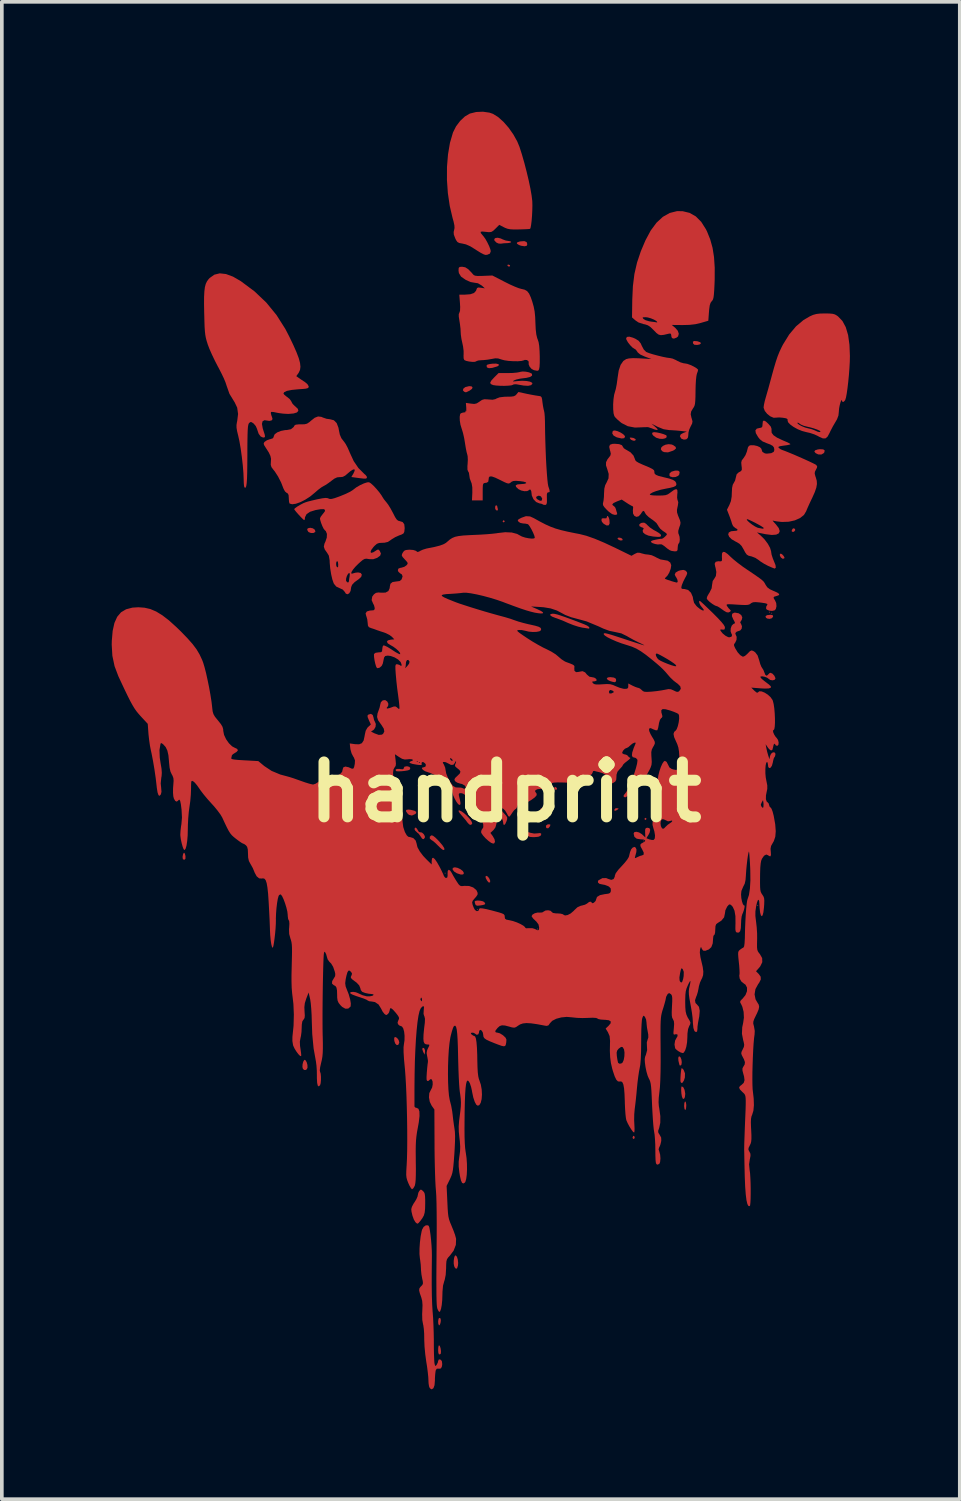
<source format=kicad_pcb>
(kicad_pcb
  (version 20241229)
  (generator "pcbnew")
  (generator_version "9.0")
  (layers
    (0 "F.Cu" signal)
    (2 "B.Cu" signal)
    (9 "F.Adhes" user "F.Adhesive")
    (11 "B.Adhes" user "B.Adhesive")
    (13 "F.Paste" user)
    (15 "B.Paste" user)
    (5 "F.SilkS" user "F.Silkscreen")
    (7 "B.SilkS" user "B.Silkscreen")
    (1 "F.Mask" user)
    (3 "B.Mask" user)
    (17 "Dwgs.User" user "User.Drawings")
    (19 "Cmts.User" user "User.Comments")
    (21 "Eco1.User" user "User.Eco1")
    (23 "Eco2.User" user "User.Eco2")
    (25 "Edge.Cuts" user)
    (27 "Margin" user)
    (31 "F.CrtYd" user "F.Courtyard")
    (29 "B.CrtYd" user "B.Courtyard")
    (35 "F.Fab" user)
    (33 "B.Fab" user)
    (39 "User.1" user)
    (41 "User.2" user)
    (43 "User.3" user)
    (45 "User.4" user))
  (footprint "handprint"
    (layer "F.Cu")
    (at 10.76 18.575)
    (property "Reference" "handprint" (at 0 0 0) (layer "F.SilkS") (effects (font (size 1.5 1.5) (thickness 0.3))))
    (attr board_only exclude_from_pos_files exclude_from_bom)
    (fp_poly (pts (xy -1.642 2.214) (xy -1.657 2.229) (xy -1.672 2.214) (xy -1.657 2.2)) (stroke (width 0) (type solid)) (fill yes) (layers "F.Cu" "F.Mask"))
    (fp_poly (pts (xy -1.085 -10.398) (xy -1.1 -10.383) (xy -1.115 -10.398) (xy -1.1 -10.412)) (stroke (width 0) (type solid)) (fill yes) (layers "F.Cu" "F.Mask"))
    (fp_poly (pts (xy -0.763 3.212) (xy -0.777 3.226) (xy -0.792 3.212) (xy -0.777 3.197)) (stroke (width 0) (type solid)) (fill yes) (layers "F.Cu" "F.Mask"))
    (fp_poly (pts (xy 0.88 3.74) (xy 0.865 3.754) (xy 0.851 3.74) (xy 0.865 3.725)) (stroke (width 0) (type solid)) (fill yes) (layers "F.Cu" "F.Mask"))
    (fp_poly (pts (xy 1.73 0.66) (xy 1.716 0.675) (xy 1.701 0.66) (xy 1.716 0.645)) (stroke (width 0) (type solid)) (fill yes) (layers "F.Cu" "F.Mask"))
    (fp_poly (pts (xy 2.757 -0.425) (xy 2.742 -0.411) (xy 2.728 -0.425) (xy 2.742 -0.44)) (stroke (width 0) (type solid)) (fill yes) (layers "F.Cu" "F.Mask"))
    (fp_poly (pts (xy 3.784 1.335) (xy 3.769 1.349) (xy 3.754 1.335) (xy 3.769 1.32)) (stroke (width 0) (type solid)) (fill yes) (layers "F.Cu" "F.Mask"))
    (fp_poly (pts (xy 6.893 3.094) (xy 6.878 3.109) (xy 6.863 3.094) (xy 6.878 3.08)) (stroke (width 0) (type solid)) (fill yes) (layers "F.Cu" "F.Mask"))
    (fp_poly (pts (xy 7.215 -4.913) (xy 7.201 -4.898) (xy 7.186 -4.913) (xy 7.201 -4.927)) (stroke (width 0) (type solid)) (fill yes) (layers "F.Cu" "F.Mask"))
    (fp_poly (pts (xy 7.274 -4.883) (xy 7.259 -4.869) (xy 7.245 -4.883) (xy 7.259 -4.898)) (stroke (width 0) (type solid)) (fill yes) (layers "F.Cu" "F.Mask"))
    (fp_poly (pts (xy 1.393 -0.111) (xy 1.398 -0.076) (xy 1.366 -0.059) (xy 1.326 -0.082) (xy 1.32 -0.105) (xy 1.337 -0.139) (xy 1.355 -0.14)) (stroke (width 0) (type solid)) (fill yes) (layers "F.Cu" "F.Mask"))
    (fp_poly (pts (xy -2.226 7.001) (xy -2.206 7.052) (xy -2.206 7.102) (xy -2.218 7.171) (xy -2.258 7.09) (xy -2.279 7.025) (xy -2.273 6.986) (xy -2.245 6.986)) (stroke (width 0) (type solid)) (fill yes) (layers "F.Cu" "F.Mask"))
    (fp_poly (pts (xy -0.03 -7.398) (xy -0.029 -7.391) (xy -0.052 -7.363) (xy -0.059 -7.362) (xy -0.087 -7.384) (xy -0.088 -7.391) (xy -0.066 -7.42) (xy -0.059 -7.421)) (stroke (width 0) (type solid)) (fill yes) (layers "F.Cu" "F.Mask"))
    (fp_poly (pts (xy 0.112 -14.386) (xy 0.117 -14.372) (xy 0.096 -14.343) (xy 0.09 -14.342) (xy 0.05 -14.364) (xy 0.044 -14.372) (xy 0.051 -14.397) (xy 0.072 -14.401)) (stroke (width 0) (type solid)) (fill yes) (layers "F.Cu" "F.Mask"))
    (fp_poly (pts (xy 1.022 0.456) (xy 1.027 0.469) (xy 1.003 0.495) (xy 0.983 0.499) (xy 0.944 0.483) (xy 0.939 0.469) (xy 0.962 0.443) (xy 0.983 0.44)) (stroke (width 0) (type solid)) (fill yes) (layers "F.Cu" "F.Mask"))
    (fp_poly (pts (xy 3.516 9.409) (xy 3.52 9.43) (xy 3.504 9.469) (xy 3.49 9.474) (xy 3.464 9.45) (xy 3.461 9.43) (xy 3.477 9.391) (xy 3.49 9.386)) (stroke (width 0) (type solid)) (fill yes) (layers "F.Cu" "F.Mask"))
    (fp_poly (pts (xy 3.841 0.726) (xy 3.842 0.733) (xy 3.82 0.762) (xy 3.813 0.763) (xy 3.784 0.74) (xy 3.784 0.733) (xy 3.806 0.705) (xy 3.813 0.704)) (stroke (width 0) (type solid)) (fill yes) (layers "F.Cu" "F.Mask"))
    (fp_poly (pts (xy 7.898 -7.182) (xy 7.9 -7.144) (xy 7.87 -7.11) (xy 7.851 -7.103) (xy 7.81 -7.109) (xy 7.807 -7.147) (xy 7.835 -7.192) (xy 7.861 -7.201)) (stroke (width 0) (type solid)) (fill yes) (layers "F.Cu" "F.Mask"))
    (fp_poly (pts (xy 1.216 0.888) (xy 1.211 0.922) (xy 1.203 0.939) (xy 1.159 0.99) (xy 1.117 0.987) (xy 1.1 0.968) (xy 1.095 0.919) (xy 1.136 0.886) (xy 1.176 0.88)) (stroke (width 0) (type solid)) (fill yes) (layers "F.Cu" "F.Mask"))
    (fp_poly (pts (xy 3.069 0.446) (xy 3.08 0.454) (xy 3.057 0.476) (xy 3.021 0.499) (xy 2.976 0.515) (xy 2.963 0.492) (xy 2.962 0.485) (xy 2.987 0.448) (xy 3.021 0.44)) (stroke (width 0) (type solid)) (fill yes) (layers "F.Cu" "F.Mask"))
    (fp_poly (pts (xy 3.12 -6.944) (xy 3.168 -6.925) (xy 3.19 -6.9) (xy 3.18 -6.871) (xy 3.13 -6.869) (xy 3.087 -6.883) (xy 3.053 -6.915) (xy 3.05 -6.926) (xy 3.072 -6.946)) (stroke (width 0) (type solid)) (fill yes) (layers "F.Cu" "F.Mask"))
    (fp_poly (pts (xy -0.488 2.311) (xy -0.45 2.364) (xy -0.426 2.423) (xy -0.43 2.466) (xy -0.431 2.467) (xy -0.468 2.469) (xy -0.509 2.422) (xy -0.55 2.344) (xy -0.552 2.298) (xy -0.529 2.288)) (stroke (width 0) (type solid)) (fill yes) (layers "F.Cu" "F.Mask"))
    (fp_poly (pts (xy 3.483 -9.668) (xy 3.536 -9.64) (xy 3.549 -9.617) (xy 3.527 -9.594) (xy 3.477 -9.594) (xy 3.423 -9.616) (xy 3.402 -9.635) (xy 3.382 -9.67) (xy 3.407 -9.679) (xy 3.411 -9.679)) (stroke (width 0) (type solid)) (fill yes) (layers "F.Cu" "F.Mask"))
    (fp_poly (pts (xy 5.219 -12.309) (xy 5.236 -12.306) (xy 5.31 -12.28) (xy 5.328 -12.249) (xy 5.292 -12.22) (xy 5.226 -12.207) (xy 5.148 -12.212) (xy 5.114 -12.245) (xy 5.107 -12.294) (xy 5.14 -12.315)) (stroke (width 0) (type solid)) (fill yes) (layers "F.Cu" "F.Mask"))
    (fp_poly (pts (xy 7.543 -6.492) (xy 7.583 -6.449) (xy 7.608 -6.405) (xy 7.606 -6.384) (xy 7.565 -6.366) (xy 7.515 -6.399) (xy 7.514 -6.4) (xy 7.485 -6.448) (xy 7.482 -6.493) (xy 7.504 -6.511)) (stroke (width 0) (type solid)) (fill yes) (layers "F.Cu" "F.Mask"))
    (fp_poly (pts (xy -5.267 -7.2) (xy -5.214 -7.162) (xy -5.199 -7.115) (xy -5.205 -7.099) (xy -5.251 -7.073) (xy -5.319 -7.072) (xy -5.381 -7.096) (xy -5.391 -7.104) (xy -5.425 -7.161) (xy -5.406 -7.201) (xy -5.342 -7.215)) (stroke (width 0) (type solid)) (fill yes) (layers "F.Cu" "F.Mask"))
    (fp_poly (pts (xy -2.971 6.712) (xy -2.927 6.769) (xy -2.909 6.834) (xy -2.909 6.843) (xy -2.935 6.901) (xy -2.977 6.91) (xy -3.019 6.867) (xy -3.043 6.798) (xy -3.049 6.733) (xy -3.035 6.692) (xy -3.023 6.687)) (stroke (width 0) (type solid)) (fill yes) (layers "F.Cu" "F.Mask"))
    (fp_poly (pts (xy -2.603 0.484) (xy -2.495 0.51) (xy -2.445 0.541) (xy -2.451 0.58) (xy -2.477 0.603) (xy -2.564 0.642) (xy -2.643 0.623) (xy -2.679 0.592) (xy -2.725 0.526) (xy -2.72 0.489) (xy -2.663 0.478)) (stroke (width 0) (type solid)) (fill yes) (layers "F.Cu" "F.Mask"))
    (fp_poly (pts (xy -1.79 14.366) (xy -1.779 14.384) (xy -1.774 14.434) (xy -1.783 14.495) (xy -1.801 14.545) (xy -1.821 14.563) (xy -1.826 14.559) (xy -1.844 14.514) (xy -1.847 14.445) (xy -1.836 14.383) (xy -1.822 14.359)) (stroke (width 0) (type solid)) (fill yes) (layers "F.Cu" "F.Mask"))
    (fp_poly (pts (xy -0.235 -7.811) (xy -0.235 -7.804) (xy -0.225 -7.755) (xy -0.217 -7.731) (xy -0.218 -7.691) (xy -0.251 -7.688) (xy -0.274 -7.704) (xy -0.292 -7.747) (xy -0.289 -7.799) (xy -0.27 -7.83) (xy -0.264 -7.831)) (stroke (width 0) (type solid)) (fill yes) (layers "F.Cu" "F.Mask"))
    (fp_poly (pts (xy 4.769 7.241) (xy 4.794 7.302) (xy 4.804 7.375) (xy 4.797 7.437) (xy 4.785 7.457) (xy 4.754 7.471) (xy 4.74 7.447) (xy 4.713 7.337) (xy 4.708 7.257) (xy 4.726 7.218) (xy 4.736 7.215)) (stroke (width 0) (type solid)) (fill yes) (layers "F.Cu" "F.Mask"))
    (fp_poly (pts (xy 7.289 -4.828) (xy 7.298 -4.789) (xy 7.298 -4.788) (xy 7.265 -4.746) (xy 7.202 -4.728) (xy 7.136 -4.737) (xy 7.102 -4.761) (xy 7.091 -4.802) (xy 7.133 -4.829) (xy 7.226 -4.839) (xy 7.234 -4.839)) (stroke (width 0) (type solid)) (fill yes) (layers "F.Cu" "F.Mask"))
    (fp_poly (pts (xy 8.666 -9.356) (xy 8.707 -9.326) (xy 8.696 -9.274) (xy 8.681 -9.253) (xy 8.615 -9.215) (xy 8.53 -9.218) (xy 8.46 -9.252) (xy 8.424 -9.295) (xy 8.445 -9.33) (xy 8.519 -9.354) (xy 8.577 -9.361)) (stroke (width 0) (type solid)) (fill yes) (layers "F.Cu" "F.Mask"))
    (fp_poly (pts (xy -8.762 1.683) (xy -8.747 1.745) (xy -8.746 1.752) (xy -8.747 1.821) (xy -8.772 1.847) (xy -8.784 1.848) (xy -8.817 1.833) (xy -8.825 1.778) (xy -8.823 1.752) (xy -8.809 1.688) (xy -8.787 1.657) (xy -8.784 1.657)) (stroke (width 0) (type solid)) (fill yes) (layers "F.Cu" "F.Mask"))
    (fp_poly (pts (xy -1.799 15.13) (xy -1.78 15.191) (xy -1.77 15.263) (xy -1.773 15.323) (xy -1.782 15.344) (xy -1.819 15.356) (xy -1.828 15.35) (xy -1.842 15.31) (xy -1.847 15.242) (xy -1.844 15.171) (xy -1.834 15.118) (xy -1.822 15.105)) (stroke (width 0) (type solid)) (fill yes) (layers "F.Cu" "F.Mask"))
    (fp_poly (pts (xy 0.568 -15.016) (xy 0.587 -14.959) (xy 0.572 -14.915) (xy 0.52 -14.902) (xy 0.506 -14.902) (xy 0.418 -14.915) (xy 0.359 -14.936) (xy 0.303 -14.973) (xy 0.305 -15.003) (xy 0.365 -15.027) (xy 0.396 -15.034) (xy 0.505 -15.042)) (stroke (width 0) (type solid)) (fill yes) (layers "F.Cu" "F.Mask"))
    (fp_poly (pts (xy 2.953 -3.125) (xy 3.008 -3.091) (xy 3.012 -3.039) (xy 2.996 -3.007) (xy 2.969 -2.998) (xy 2.916 -3.009) (xy 2.852 -3.028) (xy 2.788 -3.059) (xy 2.757 -3.095) (xy 2.757 -3.099) (xy 2.784 -3.129) (xy 2.852 -3.138)) (stroke (width 0) (type solid)) (fill yes) (layers "F.Cu" "F.Mask"))
    (fp_poly (pts (xy 4.917 8.473) (xy 4.927 8.538) (xy 4.927 8.564) (xy 4.921 8.638) (xy 4.905 8.679) (xy 4.898 8.682) (xy 4.88 8.656) (xy 4.87 8.591) (xy 4.869 8.564) (xy 4.875 8.491) (xy 4.892 8.45) (xy 4.898 8.447)) (stroke (width 0) (type solid)) (fill yes) (layers "F.Cu" "F.Mask"))
    (fp_poly (pts (xy -5.464 7.327) (xy -5.435 7.381) (xy -5.416 7.453) (xy -5.414 7.522) (xy -5.417 7.536) (xy -5.451 7.588) (xy -5.502 7.589) (xy -5.538 7.56) (xy -5.553 7.508) (xy -5.549 7.433) (xy -5.53 7.36) (xy -5.502 7.315) (xy -5.495 7.311)) (stroke (width 0) (type solid)) (fill yes) (layers "F.Cu" "F.Mask"))
    (fp_poly (pts (xy -1.335 12.688) (xy -1.311 12.764) (xy -1.301 12.857) (xy -1.306 12.927) (xy -1.329 13.001) (xy -1.36 13.018) (xy -1.395 12.978) (xy -1.409 12.947) (xy -1.422 12.879) (xy -1.422 12.797) (xy -1.411 12.719) (xy -1.392 12.664) (xy -1.369 12.649)) (stroke (width 0) (type solid)) (fill yes) (layers "F.Cu" "F.Mask"))
    (fp_poly (pts (xy -0.204 -11.683) (xy -0.184 -11.66) (xy -0.213 -11.631) (xy -0.24 -11.619) (xy -0.368 -11.581) (xy -0.461 -11.572) (xy -0.512 -11.592) (xy -0.518 -11.602) (xy -0.526 -11.644) (xy -0.502 -11.67) (xy -0.437 -11.686) (xy -0.356 -11.696) (xy -0.264 -11.697)) (stroke (width 0) (type solid)) (fill yes) (layers "F.Cu" "F.Mask"))
    (fp_poly (pts (xy 4.706 -8.775) (xy 4.739 -8.75) (xy 4.746 -8.728) (xy 4.734 -8.666) (xy 4.705 -8.632) (xy 4.633 -8.601) (xy 4.554 -8.596) (xy 4.49 -8.614) (xy 4.468 -8.64) (xy 4.471 -8.699) (xy 4.524 -8.747) (xy 4.614 -8.774) (xy 4.633 -8.776)) (stroke (width 0) (type solid)) (fill yes) (layers "F.Cu" "F.Mask"))
    (fp_poly (pts (xy -1.317 2.07) (xy -1.237 2.108) (xy -1.173 2.158) (xy -1.144 2.211) (xy -1.144 2.216) (xy -1.167 2.251) (xy -1.232 2.252) (xy -1.332 2.219) (xy -1.337 2.217) (xy -1.41 2.171) (xy -1.451 2.12) (xy -1.449 2.075) (xy -1.445 2.071) (xy -1.392 2.055)) (stroke (width 0) (type solid)) (fill yes) (layers "F.Cu" "F.Mask"))
    (fp_poly (pts (xy -0.691 2.968) (xy -0.623 2.984) (xy -0.586 3.007) (xy -0.562 3.044) (xy -0.572 3.067) (xy -0.624 3.084) (xy -0.693 3.096) (xy -0.774 3.104) (xy -0.816 3.091) (xy -0.832 3.066) (xy -0.848 3.009) (xy -0.851 2.989) (xy -0.826 2.969) (xy -0.766 2.962)) (stroke (width 0) (type solid)) (fill yes) (layers "F.Cu" "F.Mask"))
    (fp_poly (pts (xy 3.048 -9.854) (xy 3.131 -9.817) (xy 3.204 -9.771) (xy 3.249 -9.724) (xy 3.256 -9.703) (xy 3.232 -9.661) (xy 3.162 -9.653) (xy 3.046 -9.68) (xy 3.021 -9.688) (xy 2.943 -9.732) (xy 2.906 -9.791) (xy 2.918 -9.85) (xy 2.93 -9.863) (xy 2.975 -9.872)) (stroke (width 0) (type solid)) (fill yes) (layers "F.Cu" "F.Mask"))
    (fp_poly (pts (xy 4.527 -9.489) (xy 4.571 -9.471) (xy 4.637 -9.423) (xy 4.647 -9.381) (xy 4.599 -9.338) (xy 4.56 -9.318) (xy 4.428 -9.274) (xy 4.321 -9.281) (xy 4.269 -9.307) (xy 4.233 -9.356) (xy 4.244 -9.406) (xy 4.29 -9.45) (xy 4.36 -9.483) (xy 4.443 -9.498)) (stroke (width 0) (type solid)) (fill yes) (layers "F.Cu" "F.Mask"))
    (fp_poly (pts (xy 4.823 7.55) (xy 4.854 7.584) (xy 4.892 7.679) (xy 4.889 7.794) (xy 4.864 7.874) (xy 4.825 7.936) (xy 4.792 7.943) (xy 4.772 7.912) (xy 4.768 7.866) (xy 4.77 7.787) (xy 4.776 7.694) (xy 4.785 7.608) (xy 4.795 7.551) (xy 4.8 7.54)) (stroke (width 0) (type solid)) (fill yes) (layers "F.Cu" "F.Mask"))
    (fp_poly (pts (xy 4.848 8.063) (xy 4.881 8.133) (xy 4.898 8.229) (xy 4.898 8.253) (xy 4.889 8.331) (xy 4.866 8.375) (xy 4.837 8.375) (xy 4.826 8.36) (xy 4.807 8.307) (xy 4.794 8.229) (xy 4.788 8.145) (xy 4.79 8.075) (xy 4.801 8.038) (xy 4.805 8.036)) (stroke (width 0) (type solid)) (fill yes) (layers "F.Cu" "F.Mask"))
    (fp_poly (pts (xy -0.937 -11.077) (xy -0.908 -11.05) (xy -0.923 -11.008) (xy -0.989 -10.959) (xy -0.996 -10.956) (xy -1.057 -10.926) (xy -1.09 -10.913) (xy -1.091 -10.913) (xy -1.122 -10.925) (xy -1.137 -10.93) (xy -1.171 -10.966) (xy -1.16 -11.013) (xy -1.109 -11.054) (xy -1.098 -11.058) (xy -1.003 -11.082)) (stroke (width 0) (type solid)) (fill yes) (layers "F.Cu" "F.Mask"))
    (fp_poly (pts (xy 2.789 -7.532) (xy 2.813 -7.489) (xy 2.829 -7.435) (xy 2.835 -7.334) (xy 2.809 -7.282) (xy 2.753 -7.278) (xy 2.676 -7.32) (xy 2.626 -7.375) (xy 2.61 -7.426) (xy 2.622 -7.469) (xy 2.666 -7.475) (xy 2.684 -7.472) (xy 2.743 -7.473) (xy 2.757 -7.498) (xy 2.767 -7.538)) (stroke (width 0) (type solid)) (fill yes) (layers "F.Cu" "F.Mask"))
    (fp_poly (pts (xy 4.124 -9.818) (xy 4.217 -9.798) (xy 4.306 -9.772) (xy 4.37 -9.746) (xy 4.389 -9.731) (xy 4.392 -9.688) (xy 4.353 -9.657) (xy 4.284 -9.642) (xy 4.201 -9.645) (xy 4.117 -9.67) (xy 4.101 -9.677) (xy 4.03 -9.728) (xy 3.995 -9.776) (xy 4.001 -9.812) (xy 4.047 -9.826)) (stroke (width 0) (type solid)) (fill yes) (layers "F.Cu" "F.Mask"))
    (fp_poly (pts (xy -1.991 1.191) (xy -1.921 1.245) (xy -1.83 1.336) (xy -1.732 1.451) (xy -1.681 1.53) (xy -1.676 1.574) (xy -1.704 1.584) (xy -1.741 1.564) (xy -1.801 1.512) (xy -1.858 1.456) (xy -1.932 1.383) (xy -1.998 1.33) (xy -2.031 1.31) (xy -2.075 1.272) (xy -2.076 1.221) (xy -2.036 1.183)) (stroke (width 0) (type solid)) (fill yes) (layers "F.Cu" "F.Mask"))
    (fp_poly (pts (xy 0.656 1.107) (xy 0.67 1.113) (xy 0.773 1.133) (xy 0.862 1.128) (xy 0.934 1.12) (xy 0.964 1.133) (xy 0.968 1.152) (xy 0.948 1.196) (xy 0.886 1.222) (xy 0.773 1.232) (xy 0.747 1.232) (xy 0.657 1.225) (xy 0.605 1.199) (xy 0.585 1.171) (xy 0.565 1.112) (xy 0.588 1.091)) (stroke (width 0) (type solid)) (fill yes) (layers "F.Cu" "F.Mask"))
    (fp_poly (pts (xy -2.448 0.977) (xy -2.414 1.021) (xy -2.405 1.041) (xy -2.371 1.092) (xy -2.338 1.098) (xy -2.29 1.106) (xy -2.241 1.149) (xy -2.21 1.206) (xy -2.21 1.245) (xy -2.243 1.287) (xy -2.285 1.274) (xy -2.322 1.218) (xy -2.373 1.145) (xy -2.424 1.1) (xy -2.475 1.052) (xy -2.493 1.011) (xy -2.479 0.972)) (stroke (width 0) (type solid)) (fill yes) (layers "F.Cu" "F.Mask"))
    (fp_poly (pts (xy -1.223 0.519) (xy -1.148 0.571) (xy -1.068 0.642) (xy -0.994 0.721) (xy -0.94 0.794) (xy -0.917 0.85) (xy -0.918 0.861) (xy -0.95 0.899) (xy -0.998 0.885) (xy -1.046 0.834) (xy -1.1 0.762) (xy -1.171 0.679) (xy -1.195 0.652) (xy -1.261 0.573) (xy -1.291 0.52) (xy -1.281 0.499) (xy -1.279 0.499)) (stroke (width 0) (type solid)) (fill yes) (layers "F.Cu" "F.Mask"))
    (fp_poly (pts (xy -0.138 -15.114) (xy -0.088 -15.09) (xy -0.002 -15.058) (xy 0.066 -15.047) (xy 0.125 -15.037) (xy 0.147 -15.017) (xy 0.121 -14.998) (xy 0.056 -14.988) (xy 0.037 -14.987) (xy -0.053 -14.983) (xy -0.126 -14.973) (xy -0.132 -14.972) (xy -0.199 -14.976) (xy -0.257 -15.003) (xy -0.31 -15.057) (xy -0.315 -15.1) (xy -0.282 -15.127) (xy -0.219 -15.134)) (stroke (width 0) (type solid)) (fill yes) (layers "F.Cu" "F.Mask"))
    (fp_poly (pts (xy -2.635 -0.689) (xy -2.607 -0.653) (xy -2.624 -0.613) (xy -2.636 -0.604) (xy -2.684 -0.589) (xy -2.765 -0.576) (xy -2.857 -0.567) (xy -2.939 -0.565) (xy -2.991 -0.57) (xy -2.998 -0.573) (xy -3.011 -0.609) (xy -2.978 -0.63) (xy -2.908 -0.632) (xy -2.887 -0.628) (xy -2.818 -0.621) (xy -2.79 -0.636) (xy -2.786 -0.657) (xy -2.765 -0.693) (xy -2.698 -0.704)) (stroke (width 0) (type solid)) (fill yes) (layers "F.Cu" "F.Mask"))
    (fp_poly (pts (xy 3.831 -7.323) (xy 3.867 -7.286) (xy 3.936 -7.223) (xy 4.032 -7.158) (xy 4.089 -7.127) (xy 4.17 -7.08) (xy 4.225 -7.036) (xy 4.238 -7.012) (xy 4.233 -6.984) (xy 4.209 -6.969) (xy 4.155 -6.966) (xy 4.058 -6.973) (xy 4.011 -6.978) (xy 3.891 -7.002) (xy 3.799 -7.042) (xy 3.745 -7.091) (xy 3.737 -7.144) (xy 3.75 -7.166) (xy 3.766 -7.2) (xy 3.734 -7.221) (xy 3.711 -7.227) (xy 3.651 -7.259) (xy 3.642 -7.302) (xy 3.685 -7.341) (xy 3.715 -7.351) (xy 3.778 -7.355)) (stroke (width 0) (type solid)) (fill yes) (layers "F.Cu" "F.Mask"))
    (fp_poly (pts (xy 1.335 -4.864) (xy 1.401 -4.849) (xy 1.493 -4.82) (xy 1.619 -4.777) (xy 1.783 -4.717) (xy 1.991 -4.638) (xy 2.139 -4.581) (xy 2.218 -4.545) (xy 2.271 -4.508) (xy 2.28 -4.495) (xy 2.277 -4.464) (xy 2.268 -4.462) (xy 2.228 -4.468) (xy 2.149 -4.48) (xy 2.082 -4.49) (xy 1.975 -4.516) (xy 1.842 -4.559) (xy 1.711 -4.611) (xy 1.701 -4.615) (xy 1.578 -4.669) (xy 1.456 -4.718) (xy 1.36 -4.752) (xy 1.351 -4.755) (xy 1.261 -4.791) (xy 1.214 -4.826) (xy 1.215 -4.854) (xy 1.267 -4.868) (xy 1.29 -4.869)) (stroke (width 0) (type solid)) (fill yes) (layers "F.Cu" "F.Mask"))
    (fp_poly (pts (xy -2.302 10.86) (xy -2.261 10.894) (xy -2.232 10.926) (xy -2.214 10.969) (xy -2.205 11.036) (xy -2.201 11.139) (xy -2.201 11.231) (xy -2.204 11.377) (xy -2.215 11.482) (xy -2.238 11.563) (xy -2.279 11.636) (xy -2.336 11.713) (xy -2.385 11.77) (xy -2.417 11.786) (xy -2.45 11.762) (xy -2.471 11.739) (xy -2.512 11.669) (xy -2.549 11.566) (xy -2.575 11.456) (xy -2.581 11.387) (xy -2.564 11.325) (xy -2.522 11.243) (xy -2.493 11.2) (xy -2.442 11.117) (xy -2.41 11.042) (xy -2.405 11.015) (xy -2.388 10.94) (xy -2.364 10.895) (xy -2.331 10.857)) (stroke (width 0) (type solid)) (fill yes) (layers "F.Cu" "F.Mask"))
    (fp_poly (pts (xy 0.547 -11.477) (xy 0.636 -11.458) (xy 0.701 -11.429) (xy 0.715 -11.415) (xy 0.717 -11.369) (xy 0.664 -11.333) (xy 0.561 -11.308) (xy 0.495 -11.3) (xy 0.384 -11.285) (xy 0.286 -11.263) (xy 0.235 -11.243) (xy 0.197 -11.22) (xy 0.198 -11.211) (xy 0.245 -11.213) (xy 0.312 -11.22) (xy 0.445 -11.229) (xy 0.565 -11.223) (xy 0.659 -11.205) (xy 0.716 -11.177) (xy 0.727 -11.149) (xy 0.691 -11.109) (xy 0.609 -11.091) (xy 0.487 -11.098) (xy 0.386 -11.116) (xy 0.28 -11.134) (xy 0.218 -11.131) (xy 0.196 -11.119) (xy 0.153 -11.104) (xy 0.068 -11.095) (xy -0.042 -11.09) (xy -0.158 -11.092) (xy -0.265 -11.099) (xy -0.346 -11.111) (xy -0.35 -11.113) (xy -0.41 -11.139) (xy -0.426 -11.177) (xy -0.396 -11.234) (xy -0.32 -11.317) (xy -0.198 -11.439) (xy 0.061 -11.439) (xy 0.187 -11.442) (xy 0.297 -11.452) (xy 0.374 -11.465) (xy 0.39 -11.471) (xy 0.457 -11.482)) (stroke (width 0) (type solid)) (fill yes) (layers "F.Cu" "F.Mask"))
    (fp_poly (pts (xy 4.826 -15.859) (xy 5.018 -15.813) (xy 5.187 -15.717) (xy 5.335 -15.569) (xy 5.463 -15.367) (xy 5.494 -15.305) (xy 5.581 -15.089) (xy 5.645 -14.859) (xy 5.685 -14.605) (xy 5.704 -14.318) (xy 5.703 -13.987) (xy 5.699 -13.882) (xy 5.691 -13.712) (xy 5.682 -13.59) (xy 5.672 -13.508) (xy 5.658 -13.454) (xy 5.639 -13.419) (xy 5.623 -13.402) (xy 5.591 -13.358) (xy 5.568 -13.288) (xy 5.553 -13.179) (xy 5.547 -13.108) (xy 5.529 -12.868) (xy 5.323 -12.808) (xy 5.174 -12.773) (xy 5.015 -12.755) (xy 4.825 -12.75) (xy 4.532 -12.753) (xy 4.627 -12.673) (xy 4.696 -12.593) (xy 4.723 -12.511) (xy 4.704 -12.441) (xy 4.665 -12.408) (xy 4.59 -12.379) (xy 4.541 -12.393) (xy 4.536 -12.397) (xy 4.52 -12.44) (xy 4.517 -12.474) (xy 4.507 -12.513) (xy 4.468 -12.518) (xy 4.436 -12.511) (xy 4.316 -12.483) (xy 4.234 -12.474) (xy 4.173 -12.489) (xy 4.113 -12.533) (xy 4.04 -12.608) (xy 3.953 -12.693) (xy 3.881 -12.742) (xy 3.805 -12.768) (xy 3.765 -12.775) (xy 3.622 -12.821) (xy 3.538 -12.878) (xy 3.455 -12.951) (xy 3.733 -12.951) (xy 3.753 -12.924) (xy 3.763 -12.913) (xy 3.82 -12.881) (xy 3.911 -12.854) (xy 3.967 -12.844) (xy 4.055 -12.833) (xy 4.114 -12.824) (xy 4.128 -12.821) (xy 4.136 -12.83) (xy 4.11 -12.861) (xy 4.046 -12.898) (xy 3.963 -12.933) (xy 3.879 -12.957) (xy 3.825 -12.964) (xy 3.755 -12.962) (xy 3.733 -12.951) (xy 3.455 -12.951) (xy 3.446 -12.959) (xy 3.453 -13.447) (xy 3.47 -13.813) (xy 3.511 -14.143) (xy 3.583 -14.456) (xy 3.688 -14.769) (xy 3.814 -15.065) (xy 3.957 -15.332) (xy 4.115 -15.545) (xy 4.288 -15.705) (xy 4.475 -15.81) (xy 4.673 -15.86)) (stroke (width 0) (type solid)) (fill yes) (layers "F.Cu" "F.Mask"))
    (fp_poly (pts (xy -0.448 -18.55) (xy -0.352 -18.517) (xy -0.212 -18.431) (xy -0.066 -18.301) (xy 0.077 -18.138) (xy 0.206 -17.954) (xy 0.313 -17.762) (xy 0.374 -17.614) (xy 0.441 -17.404) (xy 0.507 -17.174) (xy 0.569 -16.934) (xy 0.625 -16.699) (xy 0.671 -16.479) (xy 0.704 -16.29) (xy 0.722 -16.142) (xy 0.723 -16.132) (xy 0.726 -16.014) (xy 0.723 -15.877) (xy 0.716 -15.734) (xy 0.705 -15.599) (xy 0.691 -15.485) (xy 0.676 -15.406) (xy 0.663 -15.377) (xy 0.631 -15.372) (xy 0.554 -15.367) (xy 0.444 -15.363) (xy 0.363 -15.361) (xy 0.221 -15.359) (xy 0.122 -15.365) (xy 0.047 -15.379) (xy -0.019 -15.404) (xy -0.052 -15.42) (xy -0.178 -15.486) (xy -0.283 -15.381) (xy -0.347 -15.321) (xy -0.398 -15.292) (xy -0.461 -15.286) (xy -0.55 -15.295) (xy -0.646 -15.304) (xy -0.688 -15.295) (xy -0.68 -15.259) (xy -0.625 -15.192) (xy -0.612 -15.177) (xy -0.558 -15.103) (xy -0.502 -15.003) (xy -0.452 -14.899) (xy -0.419 -14.809) (xy -0.411 -14.764) (xy -0.435 -14.7) (xy -0.508 -14.669) (xy -0.557 -14.665) (xy -0.605 -14.681) (xy -0.686 -14.723) (xy -0.785 -14.784) (xy -0.824 -14.81) (xy -0.968 -14.899) (xy -1.087 -14.952) (xy -1.181 -14.974) (xy -1.27 -14.99) (xy -1.322 -15.018) (xy -1.36 -15.073) (xy -1.384 -15.125) (xy -1.419 -15.22) (xy -1.424 -15.291) (xy -1.412 -15.341) (xy -1.4 -15.399) (xy -1.404 -15.472) (xy -1.426 -15.576) (xy -1.453 -15.671) (xy -1.53 -16) (xy -1.582 -16.351) (xy -1.607 -16.711) (xy -1.606 -17.068) (xy -1.578 -17.41) (xy -1.525 -17.724) (xy -1.445 -17.999) (xy -1.439 -18.015) (xy -1.358 -18.176) (xy -1.246 -18.324) (xy -1.117 -18.445) (xy -0.984 -18.523) (xy -0.978 -18.525) (xy -0.809 -18.567) (xy -0.624 -18.575)) (stroke (width 0) (type solid)) (fill yes) (layers "F.Cu" "F.Mask"))
    (fp_poly (pts (xy -2.104 11.846) (xy -2.088 11.887) (xy -2.072 11.975) (xy -2.055 12.095) (xy -2.04 12.236) (xy -2.028 12.384) (xy -2.02 12.528) (xy -2.018 12.653) (xy -2.018 12.671) (xy -2.022 13.081) (xy -2.023 13.44) (xy -2.019 13.747) (xy -2.01 13.998) (xy -1.998 14.193) (xy -1.996 14.211) (xy -1.985 14.358) (xy -1.976 14.544) (xy -1.969 14.748) (xy -1.965 14.95) (xy -1.965 15.021) (xy -1.964 15.191) (xy -1.961 15.347) (xy -1.956 15.477) (xy -1.951 15.568) (xy -1.947 15.6) (xy -1.932 15.66) (xy -1.915 15.669) (xy -1.889 15.641) (xy -1.856 15.576) (xy -1.849 15.538) (xy -1.83 15.494) (xy -1.792 15.491) (xy -1.754 15.525) (xy -1.744 15.547) (xy -1.736 15.623) (xy -1.744 15.682) (xy -1.77 15.736) (xy -1.819 15.746) (xy -1.832 15.743) (xy -1.883 15.744) (xy -1.91 15.782) (xy -1.918 15.817) (xy -1.928 15.897) (xy -1.935 16.005) (xy -1.936 16.071) (xy -1.946 16.195) (xy -1.975 16.276) (xy -2.02 16.307) (xy -2.024 16.308) (xy -2.057 16.29) (xy -2.077 16.272) (xy -2.096 16.225) (xy -2.109 16.141) (xy -2.112 16.07) (xy -2.117 15.972) (xy -2.131 15.836) (xy -2.151 15.681) (xy -2.171 15.558) (xy -2.199 15.354) (xy -2.219 15.143) (xy -2.227 14.954) (xy -2.227 14.926) (xy -2.229 14.788) (xy -2.238 14.66) (xy -2.252 14.561) (xy -2.26 14.529) (xy -2.28 14.417) (xy -2.284 14.257) (xy -2.28 14.169) (xy -2.274 14.01) (xy -2.283 13.893) (xy -2.307 13.8) (xy -2.348 13.684) (xy -2.366 13.608) (xy -2.361 13.556) (xy -2.333 13.514) (xy -2.315 13.496) (xy -2.277 13.455) (xy -2.262 13.413) (xy -2.268 13.35) (xy -2.283 13.285) (xy -2.304 13.168) (xy -2.316 13.049) (xy -2.317 13.01) (xy -2.323 12.903) (xy -2.338 12.779) (xy -2.346 12.73) (xy -2.357 12.615) (xy -2.356 12.463) (xy -2.345 12.295) (xy -2.325 12.131) (xy -2.298 11.993) (xy -2.285 11.946) (xy -2.243 11.872) (xy -2.185 11.831) (xy -2.125 11.831)) (stroke (width 0) (type solid)) (fill yes) (layers "F.Cu" "F.Mask"))
    (fp_poly (pts (xy 5.981 -6.552) (xy 6.06 -6.496) (xy 6.129 -6.43) (xy 6.214 -6.353) (xy 6.331 -6.258) (xy 6.464 -6.158) (xy 6.574 -6.082) (xy 6.735 -5.974) (xy 6.854 -5.892) (xy 6.939 -5.832) (xy 6.997 -5.786) (xy 7.036 -5.75) (xy 7.061 -5.716) (xy 7.082 -5.68) (xy 7.091 -5.661) (xy 7.139 -5.59) (xy 7.211 -5.536) (xy 7.302 -5.494) (xy 7.411 -5.446) (xy 7.463 -5.408) (xy 7.461 -5.379) (xy 7.405 -5.356) (xy 7.393 -5.353) (xy 7.325 -5.332) (xy 7.309 -5.302) (xy 7.341 -5.247) (xy 7.348 -5.237) (xy 7.383 -5.161) (xy 7.39 -5.073) (xy 7.372 -4.997) (xy 7.34 -4.961) (xy 7.271 -4.945) (xy 7.191 -4.953) (xy 7.127 -4.981) (xy 7.107 -5.005) (xy 7.11 -5.06) (xy 7.125 -5.087) (xy 7.144 -5.117) (xy 7.133 -5.138) (xy 7.085 -5.154) (xy 6.991 -5.169) (xy 6.928 -5.177) (xy 6.819 -5.186) (xy 6.751 -5.181) (xy 6.705 -5.161) (xy 6.686 -5.146) (xy 6.654 -5.124) (xy 6.611 -5.111) (xy 6.544 -5.106) (xy 6.441 -5.109) (xy 6.319 -5.116) (xy 6.182 -5.125) (xy 6.094 -5.128) (xy 6.046 -5.125) (xy 6.028 -5.114) (xy 6.032 -5.093) (xy 6.038 -5.081) (xy 6.086 -5.015) (xy 6.115 -4.986) (xy 6.145 -4.951) (xy 6.125 -4.924) (xy 6.124 -4.923) (xy 6.076 -4.902) (xy 6.025 -4.91) (xy 5.956 -4.95) (xy 5.908 -4.985) (xy 5.836 -5.036) (xy 5.782 -5.068) (xy 5.766 -5.073) (xy 5.712 -5.092) (xy 5.639 -5.136) (xy 5.565 -5.192) (xy 5.508 -5.248) (xy 5.485 -5.289) (xy 5.485 -5.289) (xy 5.502 -5.345) (xy 5.544 -5.419) (xy 5.558 -5.438) (xy 5.62 -5.562) (xy 5.631 -5.652) (xy 5.649 -5.762) (xy 5.69 -5.822) (xy 5.736 -5.899) (xy 5.748 -6.008) (xy 5.726 -6.128) (xy 5.72 -6.143) (xy 5.702 -6.232) (xy 5.73 -6.286) (xy 5.802 -6.302) (xy 5.818 -6.3) (xy 5.875 -6.298) (xy 5.899 -6.315) (xy 5.903 -6.367) (xy 5.9 -6.416) (xy 5.902 -6.512) (xy 5.929 -6.557)) (stroke (width 0) (type solid)) (fill yes) (layers "F.Cu" "F.Mask"))
    (fp_poly (pts (xy -5.038 -10.244) (xy -4.991 -10.224) (xy -4.895 -10.191) (xy -4.799 -10.178) (xy -4.695 -10.151) (xy -4.618 -10.074) (xy -4.569 -9.946) (xy -4.559 -9.89) (xy -4.532 -9.759) (xy -4.49 -9.661) (xy -4.421 -9.571) (xy -4.413 -9.562) (xy -4.37 -9.499) (xy -4.318 -9.401) (xy -4.267 -9.285) (xy -4.258 -9.262) (xy -4.152 -9.034) (xy -4.024 -8.846) (xy -3.862 -8.684) (xy -3.829 -8.657) (xy -3.795 -8.612) (xy -3.792 -8.584) (xy -3.804 -8.565) (xy -3.831 -8.557) (xy -3.884 -8.558) (xy -3.976 -8.568) (xy -4.066 -8.58) (xy -4.217 -8.601) (xy -4.16 -8.698) (xy -4.126 -8.773) (xy -4.13 -8.81) (xy -4.17 -8.806) (xy -4.239 -8.763) (xy -4.299 -8.713) (xy -4.383 -8.641) (xy -4.449 -8.606) (xy -4.516 -8.598) (xy -4.529 -8.599) (xy -4.605 -8.592) (xy -4.682 -8.556) (xy -4.76 -8.498) (xy -4.849 -8.431) (xy -4.934 -8.376) (xy -4.975 -8.354) (xy -5.039 -8.316) (xy -5.125 -8.251) (xy -5.217 -8.171) (xy -5.221 -8.168) (xy -5.344 -8.067) (xy -5.478 -7.981) (xy -5.611 -7.914) (xy -5.733 -7.871) (xy -5.832 -7.857) (xy -5.899 -7.875) (xy -5.905 -7.88) (xy -5.917 -7.919) (xy -5.924 -7.994) (xy -5.925 -8.025) (xy -5.931 -8.11) (xy -5.955 -8.154) (xy -5.982 -8.168) (xy -6.028 -8.207) (xy -6.068 -8.28) (xy -6.074 -8.295) (xy -6.136 -8.454) (xy -6.218 -8.614) (xy -6.306 -8.751) (xy -6.342 -8.796) (xy -6.398 -8.87) (xy -6.418 -8.935) (xy -6.414 -9.015) (xy -6.41 -9.098) (xy -6.427 -9.177) (xy -6.47 -9.269) (xy -6.545 -9.387) (xy -6.556 -9.404) (xy -6.6 -9.474) (xy -6.611 -9.516) (xy -6.594 -9.551) (xy -6.583 -9.563) (xy -6.523 -9.604) (xy -6.44 -9.633) (xy -6.436 -9.633) (xy -6.365 -9.656) (xy -6.337 -9.694) (xy -6.335 -9.717) (xy -6.308 -9.771) (xy -6.238 -9.821) (xy -6.139 -9.86) (xy -6.025 -9.882) (xy -5.978 -9.884) (xy -5.867 -9.906) (xy -5.792 -9.966) (xy -5.771 -10.007) (xy -5.734 -10.03) (xy -5.643 -10.04) (xy -5.596 -10.039) (xy -5.495 -10.041) (xy -5.427 -10.058) (xy -5.363 -10.1) (xy -5.322 -10.136) (xy -5.217 -10.219) (xy -5.126 -10.254)) (stroke (width 0) (type solid)) (fill yes) (layers "F.Cu" "F.Mask"))
    (fp_poly (pts (xy 8.84 -13.065) (xy 8.925 -13.057) (xy 8.986 -13.04) (xy 9.041 -13.008) (xy 9.073 -12.984) (xy 9.191 -12.861) (xy 9.282 -12.692) (xy 9.346 -12.476) (xy 9.383 -12.21) (xy 9.395 -11.908) (xy 9.392 -11.753) (xy 9.382 -11.576) (xy 9.368 -11.389) (xy 9.35 -11.204) (xy 9.33 -11.032) (xy 9.309 -10.884) (xy 9.288 -10.771) (xy 9.267 -10.704) (xy 9.266 -10.701) (xy 9.228 -10.656) (xy 9.193 -10.651) (xy 9.178 -10.684) (xy 9.17 -10.706) (xy 9.154 -10.684) (xy 9.135 -10.631) (xy 9.116 -10.557) (xy 9.101 -10.478) (xy 9.094 -10.405) (xy 9.094 -10.396) (xy 9.082 -10.281) (xy 9.043 -10.177) (xy 9 -10.103) (xy 8.932 -9.987) (xy 8.865 -9.859) (xy 8.839 -9.804) (xy 8.786 -9.705) (xy 8.729 -9.656) (xy 8.657 -9.655) (xy 8.558 -9.699) (xy 8.519 -9.721) (xy 8.424 -9.765) (xy 8.302 -9.805) (xy 8.208 -9.826) (xy 8.088 -9.858) (xy 7.966 -9.908) (xy 7.854 -9.97) (xy 7.764 -10.036) (xy 7.72 -10.083) (xy 7.961 -10.083) (xy 7.97 -10.058) (xy 8.019 -10.022) (xy 8.093 -9.984) (xy 8.178 -9.95) (xy 8.256 -9.93) (xy 8.353 -9.906) (xy 8.437 -9.874) (xy 8.447 -9.869) (xy 8.521 -9.836) (xy 8.575 -9.827) (xy 8.594 -9.842) (xy 8.568 -9.866) (xy 8.5 -9.897) (xy 8.405 -9.93) (xy 8.298 -9.96) (xy 8.235 -9.974) (xy 8.137 -9.999) (xy 8.057 -10.033) (xy 8.031 -10.051) (xy 7.985 -10.082) (xy 7.961 -10.083) (xy 7.72 -10.083) (xy 7.706 -10.098) (xy 7.693 -10.149) (xy 7.691 -10.182) (xy 7.655 -10.203) (xy 7.572 -10.218) (xy 7.567 -10.219) (xy 7.476 -10.227) (xy 7.404 -10.225) (xy 7.385 -10.221) (xy 7.309 -10.22) (xy 7.221 -10.258) (xy 7.136 -10.325) (xy 7.071 -10.406) (xy 7.04 -10.49) (xy 7.039 -10.504) (xy 7.048 -10.573) (xy 7.07 -10.674) (xy 7.096 -10.768) (xy 7.125 -10.869) (xy 7.165 -11.008) (xy 7.209 -11.169) (xy 7.254 -11.334) (xy 7.258 -11.351) (xy 7.32 -11.574) (xy 7.373 -11.752) (xy 7.422 -11.898) (xy 7.473 -12.024) (xy 7.528 -12.141) (xy 7.568 -12.219) (xy 7.738 -12.494) (xy 7.924 -12.715) (xy 8.128 -12.887) (xy 8.297 -12.986) (xy 8.391 -13.028) (xy 8.478 -13.052) (xy 8.578 -13.064) (xy 8.713 -13.067)) (stroke (width 0) (type solid)) (fill yes) (layers "F.Cu" "F.Mask"))
    (fp_poly (pts (xy -1.108 -14.327) (xy -1.026 -14.275) (xy -0.933 -14.18) (xy -0.904 -14.145) (xy -0.874 -14.114) (xy -0.834 -14.097) (xy -0.77 -14.09) (xy -0.667 -14.091) (xy -0.611 -14.093) (xy -0.367 -14.103) (xy -0.029 -13.929) (xy 0.109 -13.86) (xy 0.241 -13.801) (xy 0.35 -13.758) (xy 0.423 -13.737) (xy 0.425 -13.737) (xy 0.515 -13.715) (xy 0.582 -13.677) (xy 0.635 -13.61) (xy 0.683 -13.505) (xy 0.722 -13.392) (xy 0.761 -13.255) (xy 0.787 -13.122) (xy 0.802 -12.971) (xy 0.808 -12.817) (xy 0.817 -12.631) (xy 0.833 -12.493) (xy 0.857 -12.393) (xy 0.869 -12.363) (xy 0.895 -12.285) (xy 0.912 -12.182) (xy 0.922 -12.042) (xy 0.927 -11.893) (xy 0.927 -11.726) (xy 0.921 -11.61) (xy 0.907 -11.539) (xy 0.884 -11.505) (xy 0.851 -11.502) (xy 0.813 -11.51) (xy 0.769 -11.518) (xy 0.704 -11.552) (xy 0.65 -11.614) (xy 0.623 -11.682) (xy 0.626 -11.717) (xy 0.62 -11.763) (xy 0.577 -11.795) (xy 0.52 -11.799) (xy 0.497 -11.789) (xy 0.434 -11.771) (xy 0.332 -11.762) (xy 0.207 -11.763) (xy 0.077 -11.771) (xy -0.039 -11.788) (xy -0.12 -11.81) (xy -0.208 -11.838) (xy -0.288 -11.842) (xy -0.386 -11.824) (xy -0.504 -11.804) (xy -0.624 -11.792) (xy -0.66 -11.791) (xy -0.743 -11.784) (xy -0.798 -11.768) (xy -0.807 -11.76) (xy -0.845 -11.746) (xy -0.918 -11.745) (xy -1.005 -11.755) (xy -1.085 -11.773) (xy -1.133 -11.795) (xy -1.152 -11.841) (xy -1.154 -11.925) (xy -1.152 -11.945) (xy -1.152 -12.043) (xy -1.167 -12.165) (xy -1.185 -12.25) (xy -1.211 -12.369) (xy -1.228 -12.488) (xy -1.232 -12.554) (xy -1.237 -12.652) (xy -1.252 -12.776) (xy -1.266 -12.866) (xy -1.284 -12.98) (xy -1.284 -13.05) (xy -1.268 -13.087) (xy -1.25 -13.139) (xy -1.246 -13.245) (xy -1.252 -13.35) (xy -1.27 -13.58) (xy -1.121 -13.58) (xy -0.97 -13.591) (xy -0.869 -13.625) (xy -0.814 -13.684) (xy -0.804 -13.712) (xy -0.785 -13.76) (xy -0.749 -13.776) (xy -0.679 -13.769) (xy -0.572 -13.752) (xy -0.654 -13.827) (xy -0.761 -13.891) (xy -0.839 -13.903) (xy -0.959 -13.924) (xy -1.091 -13.981) (xy -1.209 -14.063) (xy -1.225 -14.077) (xy -1.281 -14.169) (xy -1.291 -14.241) (xy -1.286 -14.309) (xy -1.26 -14.337) (xy -1.195 -14.342) (xy -1.192 -14.342)) (stroke (width 0) (type solid)) (fill yes) (layers "F.Cu" "F.Mask"))
    (fp_poly (pts (xy 3.472 -12.405) (xy 3.538 -12.376) (xy 3.628 -12.32) (xy 3.685 -12.247) (xy 3.713 -12.183) (xy 3.768 -12.08) (xy 3.834 -12.015) (xy 3.84 -12.013) (xy 3.911 -11.984) (xy 4.022 -11.95) (xy 4.152 -11.915) (xy 4.284 -11.883) (xy 4.399 -11.86) (xy 4.479 -11.849) (xy 4.486 -11.849) (xy 4.557 -11.833) (xy 4.645 -11.794) (xy 4.678 -11.775) (xy 4.771 -11.731) (xy 4.861 -11.705) (xy 4.887 -11.703) (xy 4.955 -11.691) (xy 5.041 -11.66) (xy 5.13 -11.618) (xy 5.204 -11.574) (xy 5.246 -11.537) (xy 5.25 -11.526) (xy 5.24 -11.483) (xy 5.217 -11.419) (xy 5.204 -11.358) (xy 5.192 -11.253) (xy 5.184 -11.117) (xy 5.18 -10.964) (xy 5.18 -10.95) (xy 5.178 -10.79) (xy 5.173 -10.677) (xy 5.165 -10.598) (xy 5.151 -10.544) (xy 5.129 -10.501) (xy 5.111 -10.475) (xy 5.061 -10.391) (xy 5.048 -10.313) (xy 5.07 -10.215) (xy 5.079 -10.19) (xy 5.097 -10.121) (xy 5.087 -10.06) (xy 5.05 -9.988) (xy 5.009 -9.899) (xy 4.987 -9.813) (xy 4.986 -9.797) (xy 4.98 -9.718) (xy 4.968 -9.667) (xy 4.927 -9.63) (xy 4.862 -9.622) (xy 4.798 -9.646) (xy 4.787 -9.656) (xy 4.753 -9.715) (xy 4.777 -9.767) (xy 4.847 -9.805) (xy 4.942 -9.84) (xy 4.781 -9.859) (xy 4.653 -9.871) (xy 4.519 -9.88) (xy 4.47 -9.881) (xy 4.308 -9.906) (xy 4.147 -9.971) (xy 3.974 -10.058) (xy 4.077 -9.972) (xy 4.135 -9.918) (xy 4.148 -9.892) (xy 4.127 -9.885) (xy 4.065 -9.898) (xy 3.987 -9.929) (xy 3.983 -9.931) (xy 3.883 -9.963) (xy 3.76 -9.961) (xy 3.753 -9.96) (xy 3.525 -9.951) (xy 3.331 -9.988) (xy 3.164 -10.073) (xy 3.137 -10.094) (xy 3.055 -10.163) (xy 2.991 -10.227) (xy 2.964 -10.263) (xy 2.942 -10.339) (xy 2.932 -10.453) (xy 2.931 -10.588) (xy 2.94 -10.725) (xy 2.958 -10.846) (xy 2.976 -10.911) (xy 3.003 -11.004) (xy 3.028 -11.131) (xy 3.047 -11.268) (xy 3.05 -11.295) (xy 3.082 -11.506) (xy 3.135 -11.663) (xy 3.208 -11.769) (xy 3.285 -11.82) (xy 3.361 -11.839) (xy 3.474 -11.847) (xy 3.632 -11.843) (xy 3.675 -11.84) (xy 3.974 -11.823) (xy 3.798 -11.888) (xy 3.672 -11.945) (xy 3.602 -12.003) (xy 3.593 -12.018) (xy 3.551 -12.077) (xy 3.513 -12.101) (xy 3.458 -12.137) (xy 3.393 -12.203) (xy 3.332 -12.282) (xy 3.293 -12.353) (xy 3.285 -12.384) (xy 3.307 -12.426) (xy 3.372 -12.433)) (stroke (width 0) (type solid)) (fill yes) (layers "F.Cu" "F.Mask"))
    (fp_poly (pts (xy -7.64 -14.143) (xy -7.448 -14.072) (xy -7.232 -13.947) (xy -7.23 -13.945) (xy -6.859 -13.668) (xy -6.538 -13.363) (xy -6.26 -13.023) (xy -6.019 -12.643) (xy -5.916 -12.444) (xy -5.8 -12.202) (xy -5.713 -12.004) (xy -5.652 -11.843) (xy -5.618 -11.715) (xy -5.607 -11.611) (xy -5.618 -11.527) (xy -5.65 -11.456) (xy -5.661 -11.438) (xy -5.721 -11.355) (xy -5.654 -11.308) (xy -5.585 -11.26) (xy -5.5 -11.204) (xy -5.485 -11.195) (xy -5.416 -11.136) (xy -5.383 -11.08) (xy -5.382 -11.071) (xy -5.387 -11.044) (xy -5.411 -11.026) (xy -5.462 -11.013) (xy -5.553 -11.004) (xy -5.661 -10.997) (xy -5.844 -10.979) (xy -5.975 -10.953) (xy -6.051 -10.917) (xy -6.071 -10.881) (xy -6.049 -10.849) (xy -5.993 -10.802) (xy -5.97 -10.786) (xy -5.901 -10.729) (xy -5.857 -10.669) (xy -5.853 -10.656) (xy -5.819 -10.596) (xy -5.757 -10.535) (xy -5.749 -10.53) (xy -5.678 -10.463) (xy -5.664 -10.408) (xy -5.703 -10.364) (xy -5.793 -10.336) (xy -5.933 -10.324) (xy -5.952 -10.324) (xy -6.076 -10.331) (xy -6.2 -10.347) (xy -6.261 -10.359) (xy -6.343 -10.376) (xy -6.4 -10.379) (xy -6.412 -10.375) (xy -6.415 -10.337) (xy -6.397 -10.272) (xy -6.393 -10.264) (xy -6.371 -10.197) (xy -6.378 -10.162) (xy -6.397 -10.146) (xy -6.457 -10.133) (xy -6.497 -10.139) (xy -6.588 -10.152) (xy -6.641 -10.123) (xy -6.658 -10.05) (xy -6.637 -9.932) (xy -6.616 -9.863) (xy -6.584 -9.765) (xy -6.574 -9.71) (xy -6.585 -9.685) (xy -6.619 -9.679) (xy -6.628 -9.679) (xy -6.692 -9.707) (xy -6.748 -9.782) (xy -6.787 -9.896) (xy -6.789 -9.906) (xy -6.827 -9.993) (xy -6.885 -10.061) (xy -6.941 -10.099) (xy -6.976 -10.101) (xy -7.008 -10.075) (xy -7.022 -10.054) (xy -7.032 -10.019) (xy -7.041 -9.963) (xy -7.047 -9.878) (xy -7.051 -9.76) (xy -7.054 -9.601) (xy -7.056 -9.395) (xy -7.056 -9.193) (xy -7.058 -8.928) (xy -7.061 -8.717) (xy -7.066 -8.555) (xy -7.074 -8.438) (xy -7.085 -8.361) (xy -7.099 -8.319) (xy -7.117 -8.307) (xy -7.137 -8.32) (xy -7.147 -8.357) (xy -7.154 -8.436) (xy -7.157 -8.533) (xy -7.164 -8.708) (xy -7.181 -8.92) (xy -7.207 -9.149) (xy -7.238 -9.374) (xy -7.273 -9.578) (xy -7.306 -9.727) (xy -7.337 -9.855) (xy -7.352 -9.947) (xy -7.353 -10.021) (xy -7.341 -10.098) (xy -7.333 -10.133) (xy -7.31 -10.322) (xy -7.334 -10.495) (xy -7.403 -10.641) (xy -7.409 -10.65) (xy -7.545 -10.872) (xy -7.626 -11.102) (xy -7.627 -11.106) (xy -7.653 -11.185) (xy -7.701 -11.3) (xy -7.767 -11.437) (xy -7.842 -11.583) (xy -7.86 -11.615) (xy -7.942 -11.774) (xy -8.022 -11.941) (xy -8.091 -12.097) (xy -8.139 -12.223) (xy -8.141 -12.231) (xy -8.169 -12.32) (xy -8.19 -12.401) (xy -8.205 -12.485) (xy -8.216 -12.581) (xy -8.224 -12.703) (xy -8.229 -12.86) (xy -8.234 -13.064) (xy -8.235 -13.081) (xy -8.239 -13.325) (xy -8.238 -13.518) (xy -8.23 -13.668) (xy -8.216 -13.784) (xy -8.192 -13.874) (xy -8.158 -13.945) (xy -8.113 -14.006) (xy -8.083 -14.037) (xy -7.957 -14.126) (xy -7.81 -14.162)) (stroke (width 0) (type solid)) (fill yes) (layers "F.Cu" "F.Mask"))
    (fp_poly (pts (xy 0.575 -10.872) (xy 0.697 -10.848) (xy 0.808 -10.828) (xy 0.886 -10.816) (xy 0.895 -10.815) (xy 0.945 -10.807) (xy 0.974 -10.784) (xy 0.99 -10.73) (xy 1 -10.647) (xy 1.015 -10.541) (xy 1.033 -10.449) (xy 1.043 -10.412) (xy 1.055 -10.352) (xy 1.064 -10.25) (xy 1.069 -10.123) (xy 1.07 -10.046) (xy 1.073 -9.82) (xy 1.079 -9.584) (xy 1.087 -9.346) (xy 1.096 -9.114) (xy 1.108 -8.897) (xy 1.121 -8.703) (xy 1.134 -8.542) (xy 1.147 -8.421) (xy 1.16 -8.349) (xy 1.162 -8.344) (xy 1.191 -8.254) (xy 1.199 -8.206) (xy 1.186 -8.186) (xy 1.158 -8.183) (xy 1.133 -8.171) (xy 1.121 -8.127) (xy 1.121 -8.039) (xy 1.122 -8.016) (xy 1.123 -7.916) (xy 1.112 -7.861) (xy 1.088 -7.84) (xy 1.084 -7.839) (xy 1.031 -7.842) (xy 1.017 -7.851) (xy 0.974 -7.87) (xy 0.915 -7.882) (xy 0.827 -7.919) (xy 0.754 -7.996) (xy 0.739 -8.031) (xy 0.826 -8.031) (xy 0.863 -7.991) (xy 0.864 -7.991) (xy 0.935 -7.952) (xy 0.981 -7.958) (xy 0.993 -8.008) (xy 0.992 -8.014) (xy 0.96 -8.071) (xy 0.903 -8.093) (xy 0.843 -8.07) (xy 0.84 -8.067) (xy 0.826 -8.031) (xy 0.739 -8.031) (xy 0.71 -8.095) (xy 0.704 -8.145) (xy 0.694 -8.219) (xy 0.67 -8.259) (xy 0.64 -8.254) (xy 0.631 -8.242) (xy 0.585 -8.217) (xy 0.507 -8.214) (xy 0.42 -8.233) (xy 0.345 -8.27) (xy 0.341 -8.273) (xy 0.278 -8.334) (xy 0.271 -8.375) (xy 0.318 -8.399) (xy 0.397 -8.406) (xy 0.506 -8.415) (xy 0.557 -8.432) (xy 0.552 -8.453) (xy 0.49 -8.474) (xy 0.394 -8.488) (xy 0.279 -8.497) (xy 0.206 -8.492) (xy 0.16 -8.473) (xy 0.148 -8.463) (xy 0.113 -8.435) (xy 0.079 -8.423) (xy 0.034 -8.431) (xy -0.037 -8.461) (xy -0.146 -8.515) (xy -0.158 -8.521) (xy -0.29 -8.584) (xy -0.38 -8.616) (xy -0.436 -8.617) (xy -0.463 -8.588) (xy -0.469 -8.537) (xy -0.479 -8.474) (xy -0.519 -8.447) (xy -0.55 -8.442) (xy -0.59 -8.435) (xy -0.614 -8.418) (xy -0.626 -8.379) (xy -0.63 -8.304) (xy -0.631 -8.198) (xy -0.631 -7.963) (xy -0.777 -7.963) (xy -0.924 -7.963) (xy -0.914 -8.173) (xy -0.915 -8.321) (xy -0.933 -8.427) (xy -0.951 -8.472) (xy -0.984 -8.563) (xy -0.997 -8.649) (xy -1.007 -8.718) (xy -1.03 -8.757) (xy -1.047 -8.801) (xy -1.048 -8.901) (xy -1.043 -8.958) (xy -1.037 -9.071) (xy -1.042 -9.169) (xy -1.052 -9.215) (xy -1.07 -9.28) (xy -1.091 -9.384) (xy -1.111 -9.506) (xy -1.115 -9.533) (xy -1.138 -9.669) (xy -1.169 -9.804) (xy -1.201 -9.91) (xy -1.204 -9.918) (xy -1.238 -10.029) (xy -1.256 -10.143) (xy -1.259 -10.245) (xy -1.246 -10.318) (xy -1.228 -10.341) (xy -1.172 -10.36) (xy -1.133 -10.365) (xy -1.094 -10.375) (xy -1.079 -10.407) (xy -1.079 -10.479) (xy -1.08 -10.497) (xy -1.09 -10.625) (xy -0.954 -10.605) (xy -0.861 -10.596) (xy -0.795 -10.611) (xy -0.724 -10.655) (xy -0.717 -10.661) (xy -0.648 -10.707) (xy -0.584 -10.725) (xy -0.498 -10.721) (xy -0.47 -10.718) (xy -0.361 -10.711) (xy -0.285 -10.727) (xy -0.251 -10.746) (xy -0.168 -10.777) (xy -0.039 -10.792) (xy 0.031 -10.794) (xy 0.145 -10.796) (xy 0.217 -10.806) (xy 0.262 -10.828) (xy 0.292 -10.858) (xy 0.344 -10.922)) (stroke (width 0) (type solid)) (fill yes) (layers "F.Cu" "F.Mask"))
    (fp_poly (pts (xy 3.093 -9.499) (xy 3.17 -9.47) (xy 3.197 -9.426) (xy 3.222 -9.387) (xy 3.282 -9.347) (xy 3.292 -9.343) (xy 3.404 -9.276) (xy 3.486 -9.187) (xy 3.524 -9.094) (xy 3.537 -9.056) (xy 3.571 -9.022) (xy 3.637 -8.984) (xy 3.744 -8.936) (xy 3.798 -8.914) (xy 3.922 -8.861) (xy 4 -8.822) (xy 4.042 -8.79) (xy 4.056 -8.759) (xy 4.055 -8.745) (xy 4.061 -8.698) (xy 4.096 -8.662) (xy 4.17 -8.631) (xy 4.292 -8.6) (xy 4.312 -8.595) (xy 4.462 -8.559) (xy 4.562 -8.523) (xy 4.622 -8.486) (xy 4.651 -8.441) (xy 4.651 -8.441) (xy 4.658 -8.394) (xy 4.638 -8.358) (xy 4.582 -8.331) (xy 4.483 -8.305) (xy 4.378 -8.285) (xy 4.234 -8.255) (xy 4.106 -8.218) (xy 4.006 -8.179) (xy 3.944 -8.142) (xy 3.93 -8.119) (xy 3.957 -8.108) (xy 4.029 -8.099) (xy 4.131 -8.095) (xy 4.161 -8.095) (xy 4.281 -8.097) (xy 4.362 -8.106) (xy 4.421 -8.127) (xy 4.479 -8.165) (xy 4.502 -8.183) (xy 4.595 -8.25) (xy 4.654 -8.271) (xy 4.683 -8.246) (xy 4.687 -8.174) (xy 4.682 -8.135) (xy 4.677 -8.039) (xy 4.688 -7.973) (xy 4.694 -7.962) (xy 4.709 -7.909) (xy 4.696 -7.814) (xy 4.69 -7.79) (xy 4.673 -7.703) (xy 4.676 -7.632) (xy 4.702 -7.55) (xy 4.721 -7.504) (xy 4.757 -7.415) (xy 4.77 -7.354) (xy 4.762 -7.296) (xy 4.737 -7.228) (xy 4.709 -7.132) (xy 4.71 -7.067) (xy 4.72 -7.043) (xy 4.744 -6.97) (xy 4.75 -6.887) (xy 4.741 -6.818) (xy 4.722 -6.79) (xy 4.702 -6.751) (xy 4.693 -6.68) (xy 4.693 -6.671) (xy 4.688 -6.603) (xy 4.662 -6.575) (xy 4.612 -6.571) (xy 4.528 -6.583) (xy 4.473 -6.604) (xy 4.411 -6.647) (xy 4.34 -6.705) (xy 4.335 -6.71) (xy 4.259 -6.761) (xy 4.206 -6.764) (xy 4.15 -6.759) (xy 4.076 -6.772) (xy 4.006 -6.796) (xy 3.964 -6.825) (xy 3.96 -6.836) (xy 3.985 -6.861) (xy 4.033 -6.877) (xy 4.141 -6.9) (xy 4.205 -6.911) (xy 4.24 -6.915) (xy 4.257 -6.913) (xy 4.257 -6.913) (xy 4.291 -6.927) (xy 4.34 -6.966) (xy 4.384 -7.011) (xy 4.4 -7.041) (xy 4.377 -7.068) (xy 4.319 -7.11) (xy 4.295 -7.124) (xy 4.22 -7.185) (xy 4.167 -7.257) (xy 4.162 -7.27) (xy 4.111 -7.347) (xy 4.015 -7.427) (xy 3.987 -7.445) (xy 3.901 -7.508) (xy 3.833 -7.573) (xy 3.808 -7.61) (xy 3.776 -7.668) (xy 3.747 -7.676) (xy 3.711 -7.632) (xy 3.69 -7.596) (xy 3.63 -7.53) (xy 3.567 -7.513) (xy 3.511 -7.54) (xy 3.474 -7.603) (xy 3.469 -7.697) (xy 3.472 -7.717) (xy 3.477 -7.777) (xy 3.465 -7.802) (xy 3.465 -7.802) (xy 3.43 -7.817) (xy 3.362 -7.856) (xy 3.304 -7.893) (xy 3.165 -7.985) (xy 3.035 -7.935) (xy 2.942 -7.891) (xy 2.906 -7.853) (xy 2.927 -7.822) (xy 2.945 -7.813) (xy 2.984 -7.775) (xy 3.004 -7.729) (xy 3.025 -7.654) (xy 3.039 -7.614) (xy 3.038 -7.579) (xy 2.993 -7.568) (xy 2.976 -7.567) (xy 2.903 -7.588) (xy 2.813 -7.653) (xy 2.764 -7.699) (xy 2.691 -7.777) (xy 2.656 -7.831) (xy 2.651 -7.875) (xy 2.656 -7.897) (xy 2.669 -7.961) (xy 2.679 -8.06) (xy 2.682 -8.154) (xy 2.69 -8.284) (xy 2.714 -8.379) (xy 2.75 -8.447) (xy 2.804 -8.565) (xy 2.809 -8.685) (xy 2.772 -8.809) (xy 2.735 -8.92) (xy 2.737 -9.006) (xy 2.778 -9.087) (xy 2.805 -9.121) (xy 2.853 -9.184) (xy 2.867 -9.235) (xy 2.853 -9.302) (xy 2.844 -9.33) (xy 2.823 -9.425) (xy 2.843 -9.481) (xy 2.908 -9.505) (xy 2.971 -9.509)) (stroke (width 0) (type solid)) (fill yes) (layers "F.Cu" "F.Mask"))
    (fp_poly (pts (xy -3.683 -8.427) (xy -3.611 -8.362) (xy -3.531 -8.276) (xy -3.454 -8.184) (xy -3.393 -8.099) (xy -3.374 -8.066) (xy -3.328 -7.994) (xy -3.265 -7.916) (xy -3.259 -7.91) (xy -3.209 -7.843) (xy -3.147 -7.743) (xy -3.086 -7.63) (xy -3.079 -7.617) (xy -3.023 -7.507) (xy -2.979 -7.441) (xy -2.939 -7.408) (xy -2.898 -7.397) (xy -2.816 -7.371) (xy -2.772 -7.31) (xy -2.761 -7.208) (xy -2.763 -7.181) (xy -2.772 -7.103) (xy -2.795 -7.059) (xy -2.849 -7.029) (xy -2.906 -7.009) (xy -3.012 -6.963) (xy -3.112 -6.903) (xy -3.136 -6.885) (xy -3.219 -6.829) (xy -3.312 -6.807) (xy -3.37 -6.805) (xy -3.459 -6.8) (xy -3.521 -6.777) (xy -3.582 -6.723) (xy -3.614 -6.689) (xy -3.674 -6.609) (xy -3.693 -6.553) (xy -3.674 -6.53) (xy -3.619 -6.546) (xy -3.57 -6.576) (xy -3.51 -6.615) (xy -3.478 -6.621) (xy -3.45 -6.594) (xy -3.441 -6.583) (xy -3.41 -6.513) (xy -3.43 -6.454) (xy -3.506 -6.398) (xy -3.52 -6.391) (xy -3.621 -6.356) (xy -3.728 -6.359) (xy -3.741 -6.361) (xy -3.804 -6.371) (xy -3.853 -6.365) (xy -3.905 -6.337) (xy -3.974 -6.279) (xy -4.023 -6.235) (xy -4.108 -6.15) (xy -4.173 -6.072) (xy -4.212 -6.01) (xy -4.222 -5.97) (xy -4.197 -5.962) (xy -4.176 -5.969) (xy -4.106 -5.988) (xy -4.033 -5.996) (xy -3.961 -5.98) (xy -3.931 -5.935) (xy -3.947 -5.877) (xy -4.009 -5.817) (xy -4.009 -5.817) (xy -4.128 -5.731) (xy -4.197 -5.658) (xy -4.223 -5.591) (xy -4.224 -5.58) (xy -4.238 -5.49) (xy -4.274 -5.427) (xy -4.32 -5.4) (xy -4.367 -5.416) (xy -4.397 -5.465) (xy -4.451 -5.527) (xy -4.538 -5.567) (xy -4.631 -5.611) (xy -4.692 -5.686) (xy -4.702 -5.706) (xy -4.724 -5.77) (xy -4.362 -5.77) (xy -4.36 -5.764) (xy -4.329 -5.725) (xy -4.295 -5.726) (xy -4.282 -5.76) (xy -4.277 -5.816) (xy -4.264 -5.892) (xy -4.259 -5.957) (xy -4.275 -5.983) (xy -4.275 -5.983) (xy -4.307 -5.958) (xy -4.339 -5.899) (xy -4.36 -5.828) (xy -4.362 -5.77) (xy -4.724 -5.77) (xy -4.737 -5.807) (xy -4.769 -5.947) (xy -4.794 -6.105) (xy -4.805 -6.228) (xy -4.634 -6.228) (xy -4.627 -6.173) (xy -4.615 -6.15) (xy -4.589 -6.132) (xy -4.578 -6.156) (xy -4.576 -6.218) (xy -4.584 -6.28) (xy -4.604 -6.306) (xy -4.605 -6.306) (xy -4.626 -6.282) (xy -4.634 -6.228) (xy -4.805 -6.228) (xy -4.808 -6.261) (xy -4.81 -6.326) (xy -4.832 -6.454) (xy -4.878 -6.531) (xy -4.944 -6.624) (xy -4.968 -6.7) (xy -4.951 -6.782) (xy -4.925 -6.838) (xy -4.888 -6.947) (xy -4.884 -7.048) (xy -4.914 -7.124) (xy -4.942 -7.149) (xy -4.973 -7.188) (xy -5.009 -7.261) (xy -5.044 -7.35) (xy -5.068 -7.431) (xy -5.074 -7.47) (xy -5.055 -7.514) (xy -5.01 -7.574) (xy -5.001 -7.585) (xy -4.944 -7.657) (xy -4.935 -7.703) (xy -4.974 -7.724) (xy -5.064 -7.721) (xy -5.194 -7.699) (xy -5.344 -7.652) (xy -5.44 -7.587) (xy -5.483 -7.502) (xy -5.485 -7.474) (xy -5.494 -7.431) (xy -5.508 -7.425) (xy -5.54 -7.452) (xy -5.595 -7.507) (xy -5.659 -7.576) (xy -5.72 -7.645) (xy -5.764 -7.7) (xy -5.778 -7.724) (xy -5.754 -7.751) (xy -5.694 -7.794) (xy -5.613 -7.842) (xy -5.529 -7.886) (xy -5.47 -7.91) (xy -5.4 -7.932) (xy -5.293 -7.959) (xy -5.169 -7.988) (xy -5.137 -7.995) (xy -5.007 -8.02) (xy -4.92 -8.03) (xy -4.864 -8.024) (xy -4.838 -8.013) (xy -4.802 -8.001) (xy -4.75 -8.004) (xy -4.67 -8.025) (xy -4.55 -8.068) (xy -4.511 -8.083) (xy -4.385 -8.135) (xy -4.273 -8.188) (xy -4.191 -8.236) (xy -4.165 -8.255) (xy -4.083 -8.318) (xy -3.98 -8.378) (xy -3.876 -8.426) (xy -3.786 -8.455) (xy -3.733 -8.458)) (stroke (width 0) (type solid)) (fill yes) (layers "F.Cu" "F.Mask"))
    (fp_poly (pts (xy 7.098 -10.118) (xy 7.171 -10.051) (xy 7.235 -9.977) (xy 7.256 -9.914) (xy 7.254 -9.879) (xy 7.259 -9.808) (xy 7.308 -9.742) (xy 7.405 -9.676) (xy 7.554 -9.606) (xy 7.572 -9.598) (xy 7.669 -9.557) (xy 7.74 -9.522) (xy 7.772 -9.5) (xy 7.772 -9.499) (xy 7.746 -9.485) (xy 7.677 -9.47) (xy 7.595 -9.459) (xy 7.499 -9.445) (xy 7.451 -9.43) (xy 7.443 -9.411) (xy 7.451 -9.398) (xy 7.506 -9.357) (xy 7.548 -9.339) (xy 7.624 -9.311) (xy 7.734 -9.267) (xy 7.865 -9.213) (xy 8.007 -9.151) (xy 8.148 -9.089) (xy 8.277 -9.03) (xy 8.382 -8.98) (xy 8.453 -8.944) (xy 8.475 -8.929) (xy 8.501 -8.893) (xy 8.494 -8.851) (xy 8.468 -8.802) (xy 8.439 -8.744) (xy 8.434 -8.693) (xy 8.452 -8.623) (xy 8.464 -8.59) (xy 8.49 -8.498) (xy 8.495 -8.41) (xy 8.478 -8.312) (xy 8.437 -8.191) (xy 8.368 -8.036) (xy 8.35 -7.999) (xy 8.293 -7.879) (xy 8.245 -7.772) (xy 8.212 -7.695) (xy 8.202 -7.668) (xy 8.14 -7.565) (xy 8.033 -7.48) (xy 7.89 -7.417) (xy 7.723 -7.38) (xy 7.543 -7.374) (xy 7.497 -7.378) (xy 7.398 -7.39) (xy 7.321 -7.404) (xy 7.289 -7.413) (xy 7.29 -7.403) (xy 7.325 -7.361) (xy 7.372 -7.311) (xy 7.452 -7.207) (xy 7.479 -7.124) (xy 7.455 -7.064) (xy 7.382 -7.028) (xy 7.263 -7.019) (xy 7.099 -7.039) (xy 7.079 -7.043) (xy 6.858 -7.088) (xy 6.964 -6.998) (xy 7.065 -6.897) (xy 7.152 -6.781) (xy 7.215 -6.667) (xy 7.244 -6.57) (xy 7.245 -6.555) (xy 7.257 -6.48) (xy 7.29 -6.379) (xy 7.318 -6.31) (xy 7.364 -6.196) (xy 7.372 -6.126) (xy 7.344 -6.102) (xy 7.338 -6.102) (xy 7.302 -6.115) (xy 7.231 -6.144) (xy 7.161 -6.175) (xy 7.053 -6.232) (xy 6.951 -6.297) (xy 6.906 -6.332) (xy 6.814 -6.393) (xy 6.711 -6.433) (xy 6.693 -6.437) (xy 6.625 -6.454) (xy 6.577 -6.485) (xy 6.534 -6.546) (xy 6.498 -6.615) (xy 6.44 -6.715) (xy 6.379 -6.779) (xy 6.294 -6.829) (xy 6.277 -6.837) (xy 6.168 -6.9) (xy 6.099 -6.968) (xy 6.072 -7.033) (xy 6.089 -7.087) (xy 6.15 -7.12) (xy 6.217 -7.127) (xy 6.302 -7.135) (xy 6.332 -7.155) (xy 6.307 -7.186) (xy 6.266 -7.208) (xy 6.206 -7.261) (xy 6.177 -7.323) (xy 6.155 -7.398) (xy 6.141 -7.436) (xy 6.578 -7.436) (xy 6.606 -7.4) (xy 6.66 -7.352) (xy 6.729 -7.299) (xy 6.801 -7.253) (xy 6.865 -7.221) (xy 6.889 -7.213) (xy 6.963 -7.199) (xy 7.009 -7.19) (xy 7.012 -7.189) (xy 7.046 -7.203) (xy 7.047 -7.204) (xy 7.03 -7.222) (xy 6.975 -7.259) (xy 6.893 -7.306) (xy 6.8 -7.356) (xy 6.709 -7.401) (xy 6.635 -7.435) (xy 6.59 -7.45) (xy 6.587 -7.45) (xy 6.578 -7.436) (xy 6.141 -7.436) (xy 6.119 -7.499) (xy 6.097 -7.557) (xy 6.038 -7.708) (xy 6.103 -7.835) (xy 6.146 -7.943) (xy 6.167 -8.067) (xy 6.171 -8.173) (xy 6.178 -8.305) (xy 6.197 -8.391) (xy 6.223 -8.437) (xy 6.26 -8.504) (xy 6.281 -8.59) (xy 6.282 -8.594) (xy 6.303 -8.676) (xy 6.357 -8.727) (xy 6.373 -8.735) (xy 6.423 -8.764) (xy 6.444 -8.8) (xy 6.442 -8.864) (xy 6.436 -8.906) (xy 6.428 -8.995) (xy 6.442 -9.054) (xy 6.486 -9.111) (xy 6.49 -9.116) (xy 6.544 -9.198) (xy 6.584 -9.301) (xy 6.59 -9.327) (xy 6.612 -9.412) (xy 6.642 -9.454) (xy 6.687 -9.469) (xy 6.775 -9.468) (xy 6.866 -9.447) (xy 6.94 -9.413) (xy 6.978 -9.372) (xy 6.981 -9.361) (xy 7.006 -9.287) (xy 7.074 -9.246) (xy 7.126 -9.239) (xy 7.247 -9.252) (xy 7.315 -9.288) (xy 7.332 -9.338) (xy 7.323 -9.403) (xy 7.289 -9.45) (xy 7.218 -9.49) (xy 7.128 -9.523) (xy 7.014 -9.571) (xy 6.934 -9.634) (xy 6.887 -9.694) (xy 6.826 -9.8) (xy 6.815 -9.876) (xy 6.853 -9.922) (xy 6.915 -9.937) (xy 6.979 -9.95) (xy 7.005 -9.982) (xy 7.01 -10.047) (xy 7.018 -10.12) (xy 7.046 -10.143)) (stroke (width 0) (type solid)) (fill yes) (layers "F.Cu" "F.Mask"))
    (fp_poly (pts (xy 0.661 -7.525) (xy 0.763 -7.479) (xy 0.934 -7.384) (xy 1.081 -7.308) (xy 1.216 -7.247) (xy 1.353 -7.196) (xy 1.505 -7.152) (xy 1.683 -7.11) (xy 1.901 -7.065) (xy 2.009 -7.045) (xy 2.199 -6.997) (xy 2.424 -6.918) (xy 2.688 -6.807) (xy 2.996 -6.663) (xy 3.014 -6.654) (xy 3.432 -6.45) (xy 3.519 -6.501) (xy 3.591 -6.534) (xy 3.657 -6.532) (xy 3.705 -6.517) (xy 3.803 -6.492) (xy 3.897 -6.482) (xy 3.984 -6.465) (xy 4.079 -6.422) (xy 4.1 -6.409) (xy 4.221 -6.351) (xy 4.316 -6.335) (xy 4.421 -6.316) (xy 4.491 -6.265) (xy 4.517 -6.191) (xy 4.502 -6.095) (xy 4.463 -5.991) (xy 4.413 -5.908) (xy 4.396 -5.891) (xy 4.354 -5.848) (xy 4.341 -5.827) (xy 4.366 -5.813) (xy 4.429 -5.789) (xy 4.511 -5.762) (xy 4.592 -5.738) (xy 4.655 -5.722) (xy 4.675 -5.719) (xy 4.693 -5.741) (xy 4.687 -5.792) (xy 4.66 -5.85) (xy 4.643 -5.873) (xy 4.612 -5.936) (xy 4.637 -5.993) (xy 4.714 -6.038) (xy 4.765 -6.053) (xy 4.847 -6.065) (xy 4.9 -6.049) (xy 4.923 -6.03) (xy 4.948 -5.998) (xy 4.951 -5.962) (xy 4.928 -5.905) (xy 4.894 -5.843) (xy 4.846 -5.748) (xy 4.81 -5.659) (xy 4.799 -5.624) (xy 4.791 -5.57) (xy 4.812 -5.548) (xy 4.876 -5.543) (xy 4.881 -5.543) (xy 4.979 -5.516) (xy 5.056 -5.441) (xy 5.105 -5.328) (xy 5.116 -5.26) (xy 5.14 -5.166) (xy 5.203 -5.081) (xy 5.231 -5.054) (xy 5.306 -4.994) (xy 5.365 -4.961) (xy 5.401 -4.955) (xy 5.406 -4.976) (xy 5.37 -5.027) (xy 5.358 -5.039) (xy 5.31 -5.102) (xy 5.282 -5.165) (xy 5.278 -5.209) (xy 5.296 -5.221) (xy 5.321 -5.201) (xy 5.381 -5.147) (xy 5.467 -5.066) (xy 5.573 -4.964) (xy 5.648 -4.892) (xy 5.788 -4.751) (xy 5.888 -4.643) (xy 5.951 -4.565) (xy 5.98 -4.511) (xy 5.983 -4.492) (xy 5.974 -4.442) (xy 5.934 -4.432) (xy 5.911 -4.436) (xy 5.862 -4.44) (xy 5.857 -4.418) (xy 5.867 -4.398) (xy 5.92 -4.331) (xy 5.995 -4.269) (xy 6.07 -4.23) (xy 6.103 -4.224) (xy 6.163 -4.242) (xy 6.178 -4.288) (xy 6.159 -4.327) (xy 6.137 -4.39) (xy 6.142 -4.471) (xy 6.17 -4.546) (xy 6.215 -4.589) (xy 6.217 -4.59) (xy 6.251 -4.604) (xy 6.256 -4.628) (xy 6.231 -4.679) (xy 6.213 -4.709) (xy 6.173 -4.803) (xy 6.18 -4.866) (xy 6.234 -4.896) (xy 6.263 -4.898) (xy 6.36 -4.88) (xy 6.428 -4.832) (xy 6.457 -4.767) (xy 6.44 -4.697) (xy 6.419 -4.671) (xy 6.4 -4.63) (xy 6.421 -4.593) (xy 6.448 -4.527) (xy 6.439 -4.458) (xy 6.399 -4.411) (xy 6.379 -4.404) (xy 6.304 -4.378) (xy 6.266 -4.34) (xy 6.275 -4.301) (xy 6.275 -4.301) (xy 6.303 -4.238) (xy 6.299 -4.155) (xy 6.265 -4.081) (xy 6.26 -4.075) (xy 6.232 -4.035) (xy 6.233 -3.994) (xy 6.263 -3.926) (xy 6.263 -3.926) (xy 6.33 -3.816) (xy 6.401 -3.737) (xy 6.465 -3.698) (xy 6.481 -3.696) (xy 6.529 -3.716) (xy 6.59 -3.768) (xy 6.605 -3.784) (xy 6.668 -3.848) (xy 6.716 -3.867) (xy 6.77 -3.844) (xy 6.81 -3.815) (xy 6.874 -3.731) (xy 6.919 -3.595) (xy 6.946 -3.497) (xy 6.977 -3.421) (xy 6.996 -3.391) (xy 7.034 -3.332) (xy 7.056 -3.274) (xy 7.086 -3.2) (xy 7.123 -3.175) (xy 7.16 -3.204) (xy 7.162 -3.208) (xy 7.203 -3.248) (xy 7.227 -3.256) (xy 7.281 -3.232) (xy 7.332 -3.176) (xy 7.361 -3.112) (xy 7.362 -3.099) (xy 7.338 -3.063) (xy 7.284 -3.05) (xy 7.22 -3.06) (xy 7.174 -3.092) (xy 7.131 -3.123) (xy 7.066 -3.147) (xy 7.002 -3.159) (xy 6.958 -3.154) (xy 6.951 -3.143) (xy 6.96 -3.121) (xy 6.991 -3.087) (xy 7.053 -3.036) (xy 7.152 -2.96) (xy 7.183 -2.937) (xy 7.237 -2.885) (xy 7.237 -2.849) (xy 7.182 -2.829) (xy 7.071 -2.825) (xy 6.955 -2.831) (xy 6.702 -2.851) (xy 6.786 -2.767) (xy 6.848 -2.716) (xy 6.881 -2.715) (xy 6.884 -2.72) (xy 6.921 -2.751) (xy 6.986 -2.747) (xy 7.067 -2.714) (xy 7.152 -2.66) (xy 7.227 -2.592) (xy 7.28 -2.517) (xy 7.292 -2.488) (xy 7.314 -2.398) (xy 7.331 -2.281) (xy 7.342 -2.15) (xy 7.348 -2.015) (xy 7.349 -1.89) (xy 7.343 -1.787) (xy 7.331 -1.717) (xy 7.313 -1.693) (xy 7.312 -1.693) (xy 7.294 -1.678) (xy 7.301 -1.631) (xy 7.328 -1.568) (xy 7.368 -1.506) (xy 7.393 -1.479) (xy 7.432 -1.423) (xy 7.449 -1.354) (xy 7.444 -1.294) (xy 7.415 -1.262) (xy 7.406 -1.261) (xy 7.367 -1.277) (xy 7.362 -1.291) (xy 7.341 -1.319) (xy 7.334 -1.32) (xy 7.313 -1.294) (xy 7.299 -1.232) (xy 7.298 -1.225) (xy 7.278 -1.152) (xy 7.241 -1.134) (xy 7.189 -1.172) (xy 7.154 -1.217) (xy 7.094 -1.305) (xy 7.113 -1.203) (xy 7.136 -1.099) (xy 7.165 -0.997) (xy 7.198 -0.895) (xy 7.214 -0.983) (xy 7.241 -1.044) (xy 7.285 -1.08) (xy 7.33 -1.086) (xy 7.359 -1.055) (xy 7.362 -1.03) (xy 7.35 -0.974) (xy 7.336 -0.955) (xy 7.316 -0.919) (xy 7.297 -0.846) (xy 7.291 -0.81) (xy 7.266 -0.72) (xy 7.231 -0.666) (xy 7.194 -0.653) (xy 7.166 -0.683) (xy 7.157 -0.753) (xy 7.147 -0.806) (xy 7.131 -0.821) (xy 7.109 -0.795) (xy 7.094 -0.724) (xy 7.087 -0.625) (xy 7.087 -0.512) (xy 7.097 -0.399) (xy 7.114 -0.308) (xy 7.139 -0.182) (xy 7.139 -0.084) (xy 7.128 -0.033) (xy 7.103 0.092) (xy 7.101 0.193) (xy 7.122 0.259) (xy 7.142 0.275) (xy 7.179 0.315) (xy 7.186 0.348) (xy 7.205 0.402) (xy 7.227 0.42) (xy 7.255 0.456) (xy 7.285 0.536) (xy 7.314 0.647) (xy 7.315 0.651) (xy 7.356 0.882) (xy 7.37 1.069) (xy 7.358 1.219) (xy 7.318 1.339) (xy 7.289 1.389) (xy 7.242 1.473) (xy 7.228 1.551) (xy 7.235 1.628) (xy 7.24 1.72) (xy 7.222 1.758) (xy 7.181 1.742) (xy 7.164 1.727) (xy 7.111 1.706) (xy 7.051 1.739) (xy 6.994 1.821) (xy 6.972 1.877) (xy 6.958 1.956) (xy 6.948 2.067) (xy 6.943 2.221) (xy 6.942 2.314) (xy 6.941 2.476) (xy 6.943 2.592) (xy 6.949 2.671) (xy 6.961 2.726) (xy 6.981 2.768) (xy 7.003 2.801) (xy 7.034 2.849) (xy 7.052 2.898) (xy 7.058 2.964) (xy 7.055 3.064) (xy 7.049 3.147) (xy 7.033 3.284) (xy 7.012 3.364) (xy 6.988 3.391) (xy 6.964 3.364) (xy 6.943 3.287) (xy 6.929 3.161) (xy 6.925 3.072) (xy 6.918 2.978) (xy 6.902 2.94) (xy 6.88 2.957) (xy 6.855 3.028) (xy 6.834 3.126) (xy 6.815 3.258) (xy 6.814 3.381) (xy 6.831 3.525) (xy 6.833 3.54) (xy 6.85 3.688) (xy 6.861 3.856) (xy 6.862 4) (xy 6.859 4.142) (xy 6.859 4.239) (xy 6.866 4.303) (xy 6.882 4.349) (xy 6.908 4.389) (xy 6.937 4.424) (xy 6.999 4.533) (xy 7.003 4.645) (xy 6.948 4.758) (xy 6.921 4.792) (xy 6.832 4.893) (xy 6.908 4.97) (xy 6.959 5.042) (xy 6.962 5.118) (xy 6.917 5.208) (xy 6.889 5.246) (xy 6.816 5.38) (xy 6.792 5.523) (xy 6.819 5.66) (xy 6.868 5.745) (xy 6.905 5.804) (xy 6.917 5.862) (xy 6.903 5.935) (xy 6.861 6.036) (xy 6.83 6.099) (xy 6.782 6.199) (xy 6.759 6.266) (xy 6.756 6.321) (xy 6.771 6.381) (xy 6.775 6.394) (xy 6.797 6.521) (xy 6.792 6.618) (xy 6.778 6.724) (xy 6.765 6.873) (xy 6.754 7.053) (xy 6.745 7.252) (xy 6.738 7.458) (xy 6.733 7.659) (xy 6.732 7.844) (xy 6.734 8) (xy 6.739 8.116) (xy 6.744 8.159) (xy 6.768 8.367) (xy 6.774 8.551) (xy 6.76 8.701) (xy 6.728 8.805) (xy 6.707 8.858) (xy 6.695 8.924) (xy 6.691 9.016) (xy 6.695 9.147) (xy 6.699 9.222) (xy 6.706 9.37) (xy 6.706 9.474) (xy 6.699 9.546) (xy 6.684 9.602) (xy 6.661 9.649) (xy 6.628 9.718) (xy 6.624 9.765) (xy 6.648 9.814) (xy 6.652 9.82) (xy 6.678 9.873) (xy 6.681 9.933) (xy 6.663 10.024) (xy 6.662 10.026) (xy 6.642 10.165) (xy 6.656 10.314) (xy 6.657 10.321) (xy 6.669 10.408) (xy 6.677 10.528) (xy 6.683 10.67) (xy 6.686 10.821) (xy 6.686 10.97) (xy 6.684 11.105) (xy 6.678 11.213) (xy 6.67 11.284) (xy 6.661 11.305) (xy 6.626 11.303) (xy 6.596 11.25) (xy 6.571 11.144) (xy 6.551 10.984) (xy 6.535 10.769) (xy 6.524 10.497) (xy 6.52 10.324) (xy 6.516 10.158) (xy 6.513 10.005) (xy 6.511 9.878) (xy 6.509 9.79) (xy 6.508 9.767) (xy 6.509 9.705) (xy 6.511 9.596) (xy 6.516 9.451) (xy 6.522 9.283) (xy 6.528 9.122) (xy 6.538 8.879) (xy 6.546 8.688) (xy 6.55 8.542) (xy 6.551 8.434) (xy 6.548 8.356) (xy 6.541 8.302) (xy 6.528 8.265) (xy 6.51 8.238) (xy 6.486 8.214) (xy 6.46 8.19) (xy 6.392 8.12) (xy 6.37 8.071) (xy 6.391 8.03) (xy 6.434 7.998) (xy 6.495 7.941) (xy 6.518 7.868) (xy 6.505 7.766) (xy 6.487 7.702) (xy 6.462 7.607) (xy 6.461 7.547) (xy 6.477 7.513) (xy 6.521 7.439) (xy 6.529 7.375) (xy 6.502 7.297) (xy 6.481 7.257) (xy 6.441 7.18) (xy 6.428 7.13) (xy 6.44 7.083) (xy 6.468 7.027) (xy 6.5 6.959) (xy 6.509 6.901) (xy 6.495 6.827) (xy 6.483 6.783) (xy 6.447 6.601) (xy 6.455 6.422) (xy 6.48 6.306) (xy 6.501 6.16) (xy 6.493 6.003) (xy 6.458 5.862) (xy 6.43 5.801) (xy 6.4 5.745) (xy 6.403 5.706) (xy 6.444 5.66) (xy 6.463 5.643) (xy 6.544 5.543) (xy 6.585 5.438) (xy 6.586 5.34) (xy 6.545 5.261) (xy 6.495 5.225) (xy 6.43 5.172) (xy 6.385 5.092) (xy 6.374 5.012) (xy 6.379 4.991) (xy 6.383 4.944) (xy 6.38 4.855) (xy 6.372 4.736) (xy 6.363 4.652) (xy 6.349 4.518) (xy 6.343 4.429) (xy 6.346 4.374) (xy 6.359 4.34) (xy 6.383 4.315) (xy 6.392 4.307) (xy 6.451 4.265) (xy 6.488 4.246) (xy 6.507 4.213) (xy 6.519 4.127) (xy 6.527 3.986) (xy 6.528 3.914) (xy 6.533 3.723) (xy 6.541 3.532) (xy 6.551 3.351) (xy 6.563 3.19) (xy 6.576 3.059) (xy 6.589 2.969) (xy 6.598 2.933) (xy 6.639 2.81) (xy 6.665 2.635) (xy 6.678 2.412) (xy 6.675 2.144) (xy 6.672 2.06) (xy 6.664 1.906) (xy 6.655 1.777) (xy 6.648 1.682) (xy 6.641 1.63) (xy 6.638 1.623) (xy 6.625 1.661) (xy 6.609 1.744) (xy 6.593 1.859) (xy 6.578 1.991) (xy 6.565 2.127) (xy 6.556 2.254) (xy 6.556 2.265) (xy 6.545 2.403) (xy 6.524 2.499) (xy 6.49 2.569) (xy 6.485 2.577) (xy 6.433 2.699) (xy 6.423 2.794) (xy 6.43 2.892) (xy 6.448 2.985) (xy 6.472 3.058) (xy 6.498 3.095) (xy 6.511 3.095) (xy 6.521 3.107) (xy 6.516 3.157) (xy 6.499 3.227) (xy 6.474 3.299) (xy 6.457 3.335) (xy 6.439 3.398) (xy 6.427 3.495) (xy 6.423 3.584) (xy 6.417 3.716) (xy 6.399 3.797) (xy 6.365 3.835) (xy 6.317 3.837) (xy 6.29 3.826) (xy 6.275 3.798) (xy 6.268 3.74) (xy 6.269 3.642) (xy 6.271 3.583) (xy 6.269 3.387) (xy 6.244 3.24) (xy 6.197 3.136) (xy 6.162 3.096) (xy 6.122 3.067) (xy 6.091 3.075) (xy 6.047 3.125) (xy 6.045 3.126) (xy 5.995 3.229) (xy 5.983 3.313) (xy 5.96 3.421) (xy 5.886 3.511) (xy 5.785 3.576) (xy 5.745 3.607) (xy 5.725 3.658) (xy 5.719 3.747) (xy 5.719 3.755) (xy 5.714 3.839) (xy 5.701 3.891) (xy 5.69 3.901) (xy 5.669 3.926) (xy 5.661 3.985) (xy 5.649 4.134) (xy 5.611 4.235) (xy 5.544 4.297) (xy 5.541 4.298) (xy 5.447 4.335) (xy 5.387 4.33) (xy 5.352 4.28) (xy 5.35 4.275) (xy 5.334 4.234) (xy 5.321 4.241) (xy 5.304 4.297) (xy 5.297 4.383) (xy 5.314 4.509) (xy 5.338 4.611) (xy 5.377 4.778) (xy 5.393 4.902) (xy 5.387 4.999) (xy 5.36 5.08) (xy 5.341 5.115) (xy 5.302 5.201) (xy 5.271 5.309) (xy 5.264 5.353) (xy 5.243 5.457) (xy 5.215 5.55) (xy 5.202 5.579) (xy 5.166 5.684) (xy 5.179 5.76) (xy 5.218 5.799) (xy 5.274 5.865) (xy 5.295 5.973) (xy 5.282 6.126) (xy 5.269 6.19) (xy 5.248 6.303) (xy 5.234 6.407) (xy 5.232 6.467) (xy 5.223 6.537) (xy 5.193 6.555) (xy 5.151 6.527) (xy 5.122 6.443) (xy 5.108 6.304) (xy 5.106 6.258) (xy 5.099 6.164) (xy 5.083 6.034) (xy 5.059 5.886) (xy 5.041 5.789) (xy 5.013 5.637) (xy 4.999 5.526) (xy 4.996 5.441) (xy 5.004 5.366) (xy 5.012 5.329) (xy 5.036 5.218) (xy 5.042 5.163) (xy 5.03 5.162) (xy 5 5.215) (xy 4.971 5.275) (xy 4.936 5.358) (xy 4.914 5.438) (xy 4.903 5.533) (xy 4.899 5.659) (xy 4.898 5.73) (xy 4.901 5.879) (xy 4.91 5.988) (xy 4.93 6.073) (xy 4.965 6.153) (xy 5.017 6.239) (xy 5.041 6.292) (xy 5.033 6.342) (xy 5.007 6.391) (xy 4.976 6.473) (xy 4.96 6.592) (xy 4.957 6.698) (xy 4.949 6.834) (xy 4.928 6.956) (xy 4.897 7.054) (xy 4.86 7.114) (xy 4.833 7.127) (xy 4.773 7.11) (xy 4.701 7.069) (xy 4.642 7.02) (xy 4.623 6.994) (xy 4.606 6.892) (xy 4.622 6.787) (xy 4.65 6.733) (xy 4.689 6.664) (xy 4.687 6.62) (xy 4.647 6.611) (xy 4.63 6.615) (xy 4.597 6.623) (xy 4.58 6.61) (xy 4.577 6.566) (xy 4.585 6.479) (xy 4.588 6.448) (xy 4.596 6.332) (xy 4.589 6.257) (xy 4.565 6.205) (xy 4.564 6.203) (xy 4.543 6.163) (xy 4.532 6.103) (xy 4.53 6.01) (xy 4.536 5.873) (xy 4.537 5.851) (xy 4.544 5.714) (xy 4.544 5.623) (xy 4.537 5.567) (xy 4.52 5.532) (xy 4.503 5.515) (xy 4.46 5.489) (xy 4.426 5.509) (xy 4.411 5.528) (xy 4.378 5.591) (xy 4.37 5.63) (xy 4.361 5.678) (xy 4.338 5.765) (xy 4.306 5.875) (xy 4.295 5.909) (xy 4.273 5.977) (xy 4.257 6.038) (xy 4.244 6.099) (xy 4.235 6.169) (xy 4.229 6.256) (xy 4.225 6.366) (xy 4.224 6.509) (xy 4.224 6.691) (xy 4.226 6.922) (xy 4.227 7.024) (xy 4.228 7.362) (xy 4.225 7.645) (xy 4.218 7.876) (xy 4.208 8.058) (xy 4.194 8.187) (xy 4.176 8.347) (xy 4.171 8.47) (xy 4.179 8.577) (xy 4.19 8.64) (xy 4.219 8.848) (xy 4.218 9.029) (xy 4.187 9.172) (xy 4.183 9.183) (xy 4.159 9.253) (xy 4.166 9.305) (xy 4.201 9.359) (xy 4.241 9.433) (xy 4.245 9.514) (xy 4.239 9.552) (xy 4.218 9.635) (xy 4.192 9.695) (xy 4.187 9.702) (xy 4.172 9.756) (xy 4.19 9.813) (xy 4.214 9.901) (xy 4.222 10.005) (xy 4.213 10.099) (xy 4.197 10.145) (xy 4.152 10.172) (xy 4.127 10.169) (xy 4.108 10.152) (xy 4.095 10.11) (xy 4.088 10.036) (xy 4.084 9.919) (xy 4.083 9.785) (xy 4.081 9.629) (xy 4.073 9.48) (xy 4.063 9.356) (xy 4.05 9.277) (xy 4.039 9.205) (xy 4.027 9.085) (xy 4.015 8.93) (xy 4.004 8.75) (xy 3.994 8.558) (xy 3.993 8.531) (xy 3.984 8.323) (xy 3.976 8.165) (xy 3.967 8.048) (xy 3.956 7.964) (xy 3.942 7.904) (xy 3.925 7.858) (xy 3.908 7.827) (xy 3.874 7.749) (xy 3.841 7.636) (xy 3.815 7.511) (xy 3.813 7.499) (xy 3.797 7.376) (xy 3.793 7.293) (xy 3.803 7.23) (xy 3.826 7.171) (xy 3.859 7.046) (xy 3.854 6.951) (xy 3.85 6.834) (xy 3.871 6.762) (xy 3.891 6.701) (xy 3.889 6.62) (xy 3.875 6.543) (xy 3.855 6.434) (xy 3.844 6.332) (xy 3.842 6.296) (xy 3.83 6.21) (xy 3.8 6.143) (xy 3.77 6.107) (xy 3.75 6.116) (xy 3.727 6.169) (xy 3.716 6.227) (xy 3.707 6.336) (xy 3.7 6.486) (xy 3.697 6.668) (xy 3.696 6.815) (xy 3.693 7.079) (xy 3.685 7.288) (xy 3.672 7.443) (xy 3.655 7.539) (xy 3.637 7.631) (xy 3.617 7.765) (xy 3.597 7.921) (xy 3.581 8.08) (xy 3.566 8.246) (xy 3.549 8.412) (xy 3.532 8.557) (xy 3.519 8.659) (xy 3.507 8.795) (xy 3.504 8.952) (xy 3.51 9.077) (xy 3.515 9.185) (xy 3.513 9.262) (xy 3.504 9.297) (xy 3.502 9.298) (xy 3.472 9.274) (xy 3.426 9.212) (xy 3.373 9.128) (xy 3.325 9.038) (xy 3.291 8.96) (xy 3.279 8.9) (xy 3.267 8.794) (xy 3.257 8.656) (xy 3.25 8.499) (xy 3.249 8.447) (xy 3.241 8.243) (xy 3.229 8.091) (xy 3.21 7.987) (xy 3.184 7.926) (xy 3.149 7.901) (xy 3.111 7.904) (xy 3.063 7.901) (xy 3.018 7.856) (xy 2.974 7.766) (xy 2.926 7.624) (xy 2.905 7.552) (xy 2.87 7.399) (xy 2.849 7.241) (xy 2.843 7.115) (xy 3.026 7.115) (xy 3.031 7.2) (xy 3.034 7.224) (xy 3.048 7.314) (xy 3.062 7.379) (xy 3.069 7.397) (xy 3.111 7.42) (xy 3.166 7.405) (xy 3.189 7.384) (xy 3.219 7.316) (xy 3.237 7.216) (xy 3.241 7.112) (xy 3.228 7.029) (xy 3.227 7.027) (xy 3.192 6.966) (xy 3.149 6.958) (xy 3.087 7.003) (xy 3.076 7.013) (xy 3.04 7.06) (xy 3.026 7.115) (xy 2.843 7.115) (xy 2.841 7.061) (xy 2.845 6.842) (xy 2.847 6.799) (xy 2.834 6.663) (xy 2.789 6.56) (xy 2.726 6.457) (xy 2.804 6.384) (xy 2.862 6.314) (xy 2.865 6.263) (xy 2.813 6.231) (xy 2.706 6.218) (xy 2.686 6.218) (xy 2.594 6.212) (xy 2.526 6.198) (xy 2.505 6.185) (xy 2.466 6.168) (xy 2.374 6.162) (xy 2.234 6.167) (xy 2.091 6.171) (xy 1.947 6.166) (xy 1.828 6.154) (xy 1.814 6.152) (xy 1.664 6.139) (xy 1.513 6.154) (xy 1.375 6.191) (xy 1.267 6.247) (xy 1.206 6.312) (xy 1.165 6.37) (xy 1.116 6.385) (xy 1.071 6.379) (xy 0.858 6.339) (xy 0.692 6.315) (xy 0.564 6.308) (xy 0.467 6.318) (xy 0.389 6.345) (xy 0.337 6.378) (xy 0.277 6.419) (xy 0.229 6.434) (xy 0.168 6.426) (xy 0.102 6.407) (xy -0.02 6.375) (xy -0.104 6.369) (xy -0.166 6.389) (xy -0.223 6.439) (xy -0.224 6.44) (xy -0.28 6.51) (xy -0.287 6.552) (xy -0.245 6.569) (xy -0.226 6.57) (xy -0.162 6.588) (xy -0.085 6.635) (xy -0.065 6.651) (xy -0.005 6.709) (xy 0.017 6.76) (xy 0.012 6.833) (xy 0.011 6.844) (xy -0.001 6.9) (xy -0.019 6.933) (xy -0.055 6.942) (xy -0.117 6.929) (xy -0.217 6.893) (xy -0.308 6.858) (xy -0.443 6.803) (xy -0.533 6.76) (xy -0.585 6.722) (xy -0.61 6.682) (xy -0.616 6.634) (xy -0.616 6.631) (xy -0.629 6.563) (xy -0.66 6.512) (xy -0.697 6.493) (xy -0.714 6.502) (xy -0.731 6.545) (xy -0.733 6.575) (xy -0.754 6.618) (xy -0.799 6.627) (xy -0.836 6.599) (xy -0.877 6.575) (xy -0.915 6.57) (xy -0.956 6.577) (xy -0.946 6.605) (xy -0.939 6.614) (xy -0.89 6.651) (xy -0.865 6.658) (xy -0.837 6.676) (xy -0.816 6.732) (xy -0.8 6.832) (xy -0.788 6.979) (xy -0.78 7.177) (xy -0.778 7.318) (xy -0.773 7.512) (xy -0.765 7.656) (xy -0.752 7.761) (xy -0.735 7.836) (xy -0.723 7.866) (xy -0.682 7.989) (xy -0.658 8.124) (xy -0.651 8.26) (xy -0.66 8.383) (xy -0.684 8.483) (xy -0.722 8.547) (xy -0.764 8.564) (xy -0.806 8.537) (xy -0.848 8.459) (xy -0.888 8.339) (xy -0.92 8.187) (xy -0.925 8.154) (xy -0.948 8.051) (xy -0.98 7.957) (xy -0.989 7.937) (xy -1.02 7.889) (xy -1.046 7.877) (xy -1.067 7.904) (xy -1.085 7.972) (xy -1.099 8.086) (xy -1.11 8.248) (xy -1.118 8.46) (xy -1.124 8.726) (xy -1.126 8.931) (xy -1.128 9.198) (xy -1.126 9.415) (xy -1.12 9.587) (xy -1.11 9.723) (xy -1.096 9.83) (xy -1.092 9.85) (xy -1.072 9.993) (xy -1.061 10.149) (xy -1.059 10.306) (xy -1.066 10.449) (xy -1.082 10.566) (xy -1.105 10.644) (xy -1.117 10.662) (xy -1.16 10.688) (xy -1.195 10.669) (xy -1.225 10.602) (xy -1.252 10.483) (xy -1.268 10.387) (xy -1.286 10.227) (xy -1.286 10.091) (xy -1.268 9.947) (xy -1.266 9.938) (xy -1.249 9.807) (xy -1.245 9.681) (xy -1.255 9.534) (xy -1.266 9.443) (xy -1.283 9.275) (xy -1.286 9.131) (xy -1.275 8.98) (xy -1.261 8.869) (xy -1.24 8.705) (xy -1.228 8.581) (xy -1.225 8.477) (xy -1.23 8.377) (xy -1.244 8.26) (xy -1.256 8.183) (xy -1.266 8.09) (xy -1.276 7.95) (xy -1.285 7.775) (xy -1.293 7.575) (xy -1.299 7.363) (xy -1.302 7.245) (xy -1.308 6.976) (xy -1.316 6.763) (xy -1.326 6.601) (xy -1.34 6.485) (xy -1.357 6.413) (xy -1.379 6.381) (xy -1.405 6.384) (xy -1.419 6.396) (xy -1.442 6.442) (xy -1.471 6.531) (xy -1.501 6.645) (xy -1.514 6.702) (xy -1.537 6.851) (xy -1.556 7.036) (xy -1.569 7.248) (xy -1.577 7.473) (xy -1.579 7.701) (xy -1.576 7.921) (xy -1.567 8.119) (xy -1.552 8.286) (xy -1.531 8.408) (xy -1.525 8.432) (xy -1.491 8.565) (xy -1.464 8.714) (xy -1.453 8.799) (xy -1.437 8.94) (xy -1.416 9.095) (xy -1.403 9.179) (xy -1.39 9.277) (xy -1.385 9.396) (xy -1.387 9.545) (xy -1.396 9.736) (xy -1.405 9.883) (xy -1.419 10.072) (xy -1.432 10.215) (xy -1.445 10.321) (xy -1.461 10.403) (xy -1.482 10.471) (xy -1.51 10.537) (xy -1.528 10.576) (xy -1.616 10.754) (xy -1.596 11.192) (xy -1.588 11.364) (xy -1.579 11.492) (xy -1.567 11.589) (xy -1.549 11.668) (xy -1.523 11.745) (xy -1.486 11.833) (xy -1.475 11.86) (xy -1.425 11.982) (xy -1.384 12.097) (xy -1.36 12.186) (xy -1.357 12.202) (xy -1.364 12.364) (xy -1.425 12.522) (xy -1.521 12.65) (xy -1.574 12.708) (xy -1.606 12.757) (xy -1.622 12.815) (xy -1.628 12.9) (xy -1.63 13.002) (xy -1.641 13.183) (xy -1.669 13.321) (xy -1.681 13.356) (xy -1.714 13.476) (xy -1.729 13.644) (xy -1.731 13.723) (xy -1.736 13.873) (xy -1.749 14.007) (xy -1.769 14.112) (xy -1.793 14.178) (xy -1.814 14.196) (xy -1.838 14.171) (xy -1.867 14.111) (xy -1.87 14.101) (xy -1.879 14.059) (xy -1.886 13.984) (xy -1.891 13.872) (xy -1.894 13.719) (xy -1.895 13.522) (xy -1.896 13.278) (xy -1.894 12.982) (xy -1.891 12.632) (xy -1.891 12.583) (xy -1.887 12.157) (xy -1.886 11.788) (xy -1.888 11.477) (xy -1.892 11.224) (xy -1.898 11.028) (xy -1.907 10.891) (xy -1.909 10.867) (xy -1.917 10.764) (xy -1.925 10.612) (xy -1.932 10.421) (xy -1.938 10.202) (xy -1.943 9.964) (xy -1.946 9.717) (xy -1.946 9.62) (xy -1.95 8.667) (xy -2.024 8.564) (xy -2.076 8.457) (xy -2.098 8.335) (xy -2.089 8.221) (xy -2.047 8.134) (xy -2.046 8.133) (xy -2.012 8.068) (xy -1.996 7.984) (xy -1.999 7.903) (xy -2.022 7.848) (xy -2.029 7.842) (xy -2.067 7.842) (xy -2.076 7.855) (xy -2.111 7.886) (xy -2.131 7.89) (xy -2.152 7.881) (xy -2.163 7.848) (xy -2.164 7.779) (xy -2.157 7.664) (xy -2.156 7.648) (xy -2.146 7.532) (xy -2.136 7.437) (xy -2.128 7.38) (xy -2.126 7.373) (xy -2.127 7.325) (xy -2.14 7.247) (xy -2.146 7.221) (xy -2.162 7.125) (xy -2.147 7.047) (xy -2.13 7.007) (xy -2.095 6.936) (xy -2.087 6.903) (xy -2.107 6.893) (xy -2.138 6.893) (xy -2.187 6.886) (xy -2.222 6.862) (xy -2.243 6.814) (xy -2.25 6.734) (xy -2.246 6.615) (xy -2.23 6.45) (xy -2.211 6.298) (xy -2.207 6.192) (xy -2.222 6.125) (xy -2.227 6.118) (xy -2.246 6.057) (xy -2.241 5.958) (xy -2.241 5.957) (xy -2.234 5.873) (xy -2.25 5.842) (xy -2.288 5.865) (xy -2.326 5.911) (xy -2.356 5.983) (xy -2.385 6.108) (xy -2.411 6.281) (xy -2.434 6.499) (xy -2.454 6.754) (xy -2.47 7.043) (xy -2.483 7.36) (xy -2.49 7.701) (xy -2.493 7.982) (xy -2.494 8.16) (xy -2.494 8.319) (xy -2.494 8.45) (xy -2.494 8.542) (xy -2.494 8.585) (xy -2.494 8.586) (xy -2.469 8.616) (xy -2.436 8.623) (xy -2.386 8.647) (xy -2.359 8.72) (xy -2.356 8.844) (xy -2.376 9.019) (xy -2.402 9.164) (xy -2.425 9.288) (xy -2.441 9.402) (xy -2.452 9.517) (xy -2.458 9.648) (xy -2.46 9.808) (xy -2.458 10.009) (xy -2.458 10.075) (xy -2.455 10.294) (xy -2.457 10.463) (xy -2.461 10.588) (xy -2.47 10.677) (xy -2.482 10.738) (xy -2.49 10.758) (xy -2.525 10.819) (xy -2.558 10.844) (xy -2.563 10.844) (xy -2.591 10.813) (xy -2.631 10.744) (xy -2.663 10.674) (xy -2.693 10.597) (xy -2.711 10.528) (xy -2.719 10.452) (xy -2.717 10.351) (xy -2.709 10.209) (xy -2.708 10.207) (xy -2.699 10.02) (xy -2.693 9.786) (xy -2.691 9.516) (xy -2.692 9.222) (xy -2.696 8.914) (xy -2.703 8.604) (xy -2.712 8.304) (xy -2.724 8.024) (xy -2.738 7.776) (xy -2.753 7.571) (xy -2.757 7.532) (xy -2.78 7.288) (xy -2.791 7.101) (xy -2.792 6.969) (xy -2.784 6.902) (xy -2.766 6.78) (xy -2.764 6.655) (xy -2.776 6.542) (xy -2.801 6.452) (xy -2.836 6.401) (xy -2.857 6.394) (xy -2.907 6.373) (xy -2.934 6.349) (xy -2.956 6.303) (xy -2.941 6.247) (xy -2.933 6.233) (xy -2.915 6.188) (xy -2.92 6.147) (xy -2.954 6.092) (xy -3.004 6.028) (xy -3.082 5.94) (xy -3.134 5.901) (xy -3.161 5.91) (xy -3.168 5.952) (xy -3.188 6.018) (xy -3.215 6.056) (xy -3.256 6.088) (xy -3.291 6.076) (xy -3.315 6.056) (xy -3.363 5.995) (xy -3.404 5.915) (xy -3.474 5.801) (xy -3.572 5.735) (xy -3.657 5.72) (xy -3.727 5.712) (xy -3.766 5.694) (xy -3.767 5.694) (xy -3.802 5.671) (xy -3.842 5.654) (xy -2.332 5.654) (xy -2.327 5.676) (xy -2.304 5.716) (xy -2.291 5.699) (xy -2.288 5.659) (xy -2.299 5.618) (xy -2.316 5.616) (xy -2.332 5.654) (xy -3.842 5.654) (xy -3.875 5.64) (xy -3.937 5.619) (xy -4.085 5.57) (xy -4.182 5.533) (xy -4.236 5.505) (xy -4.253 5.482) (xy -4.253 5.481) (xy -4.228 5.462) (xy -4.17 5.456) (xy -4.1 5.466) (xy -4.055 5.482) (xy -3.91 5.548) (xy -3.795 5.578) (xy -3.712 5.578) (xy -3.641 5.562) (xy -3.609 5.54) (xy -3.623 5.521) (xy -3.674 5.514) (xy -3.747 5.506) (xy -3.837 5.487) (xy -3.846 5.484) (xy -3.922 5.454) (xy -3.959 5.406) (xy -3.971 5.358) (xy -4.003 5.279) (xy -4.072 5.205) (xy -4.122 5.168) (xy -4.196 5.112) (xy -4.23 5.073) (xy -4.23 5.064) (xy 4.74 5.064) (xy 4.745 5.142) (xy 4.755 5.17) (xy 4.788 5.204) (xy 4.817 5.18) (xy 4.843 5.099) (xy 4.856 5.025) (xy 4.859 4.91) (xy 4.834 4.843) (xy 4.809 4.814) (xy 4.792 4.819) (xy 4.776 4.865) (xy 4.758 4.947) (xy 4.74 5.064) (xy -4.23 5.064) (xy -4.23 5.04) (xy -4.218 5.018) (xy -4.198 4.962) (xy -4.222 4.915) (xy -4.264 4.876) (xy -4.297 4.877) (xy -4.325 4.923) (xy -4.352 5.018) (xy -4.372 5.114) (xy -4.385 5.22) (xy -4.373 5.307) (xy -4.345 5.38) (xy -4.289 5.523) (xy -4.251 5.657) (xy -4.232 5.769) (xy -4.236 5.846) (xy -4.242 5.861) (xy -4.303 5.913) (xy -4.382 5.915) (xy -4.468 5.866) (xy -4.512 5.823) (xy -4.565 5.756) (xy -4.593 5.693) (xy -4.604 5.612) (xy -4.605 5.535) (xy -4.609 5.416) (xy -4.623 5.341) (xy -4.651 5.297) (xy -4.7 5.271) (xy -4.7 5.271) (xy -4.745 5.23) (xy -4.741 5.163) (xy -4.695 5.085) (xy -4.66 5.027) (xy -4.656 4.965) (xy -4.669 4.905) (xy -4.714 4.773) (xy -4.769 4.682) (xy -4.816 4.635) (xy -4.863 4.571) (xy -4.881 4.513) (xy -4.905 4.428) (xy -4.933 4.374) (xy -4.945 4.362) (xy -4.955 4.365) (xy -4.964 4.391) (xy -4.971 4.445) (xy -4.976 4.532) (xy -4.981 4.657) (xy -4.986 4.827) (xy -4.991 5.045) (xy -4.995 5.228) (xy -4.999 5.486) (xy -5.002 5.754) (xy -5.004 6.017) (xy -5.004 6.263) (xy -5.003 6.478) (xy -5 6.649) (xy -4.999 6.66) (xy -4.995 6.858) (xy -4.995 7.01) (xy -4.999 7.129) (xy -5.008 7.226) (xy -5.023 7.314) (xy -5.042 7.393) (xy -5.069 7.513) (xy -5.079 7.599) (xy -5.071 7.639) (xy -5.055 7.686) (xy -5.047 7.768) (xy -5.047 7.864) (xy -5.055 7.95) (xy -5.071 8.004) (xy -5.107 8.037) (xy -5.134 8.016) (xy -5.151 7.941) (xy -5.158 7.815) (xy -5.158 7.747) (xy -5.16 7.608) (xy -5.169 7.472) (xy -5.183 7.363) (xy -5.186 7.346) (xy -5.248 6.998) (xy -5.285 6.61) (xy -5.297 6.262) (xy -5.302 6.086) (xy -5.312 5.917) (xy -5.325 5.771) (xy -5.34 5.664) (xy -5.344 5.647) (xy -5.384 5.473) (xy -5.448 5.64) (xy -5.487 5.762) (xy -5.5 5.873) (xy -5.495 5.991) (xy -5.488 6.1) (xy -5.494 6.166) (xy -5.515 6.205) (xy -5.525 6.215) (xy -5.556 6.263) (xy -5.57 6.35) (xy -5.573 6.431) (xy -5.578 6.549) (xy -5.593 6.662) (xy -5.606 6.717) (xy -5.623 6.815) (xy -5.618 6.933) (xy -5.606 7.012) (xy -5.592 7.11) (xy -5.585 7.182) (xy -5.589 7.211) (xy -5.617 7.204) (xy -5.662 7.159) (xy -5.715 7.089) (xy -5.765 7.009) (xy -5.801 6.933) (xy -5.809 6.909) (xy -5.827 6.799) (xy -5.826 6.685) (xy -5.825 6.675) (xy -5.795 6.381) (xy -5.787 6.077) (xy -5.799 5.787) (xy -5.817 5.631) (xy -5.834 5.492) (xy -5.846 5.345) (xy -5.851 5.18) (xy -5.851 4.982) (xy -5.845 4.74) (xy -5.845 4.731) (xy -5.84 4.524) (xy -5.837 4.366) (xy -5.838 4.249) (xy -5.843 4.161) (xy -5.853 4.094) (xy -5.867 4.039) (xy -5.88 4.001) (xy -5.914 3.878) (xy -5.919 3.747) (xy -5.914 3.693) (xy -5.909 3.592) (xy -5.915 3.524) (xy -5.925 3.505) (xy -5.943 3.467) (xy -5.953 3.392) (xy -5.955 3.349) (xy -5.965 3.263) (xy -5.991 3.154) (xy -6.027 3.037) (xy -6.067 2.929) (xy -6.107 2.844) (xy -6.142 2.798) (xy -6.148 2.795) (xy -6.185 2.809) (xy -6.203 2.836) (xy -6.225 2.914) (xy -6.245 3.032) (xy -6.262 3.174) (xy -6.273 3.321) (xy -6.278 3.455) (xy -6.277 3.49) (xy -6.279 3.595) (xy -6.286 3.722) (xy -6.298 3.858) (xy -6.313 3.991) (xy -6.329 4.109) (xy -6.345 4.199) (xy -6.36 4.247) (xy -6.366 4.253) (xy -6.385 4.225) (xy -6.404 4.15) (xy -6.42 4.039) (xy -6.433 3.901) (xy -6.44 3.75) (xy -6.44 3.74) (xy -6.444 3.628) (xy -6.45 3.475) (xy -6.459 3.295) (xy -6.469 3.106) (xy -6.475 2.999) (xy -6.49 2.777) (xy -6.508 2.609) (xy -6.529 2.488) (xy -6.555 2.41) (xy -6.588 2.368) (xy -6.63 2.356) (xy -6.662 2.362) (xy -6.734 2.357) (xy -6.802 2.301) (xy -6.857 2.2) (xy -6.867 2.174) (xy -6.908 2.076) (xy -6.963 1.977) (xy -6.97 1.966) (xy -7.014 1.884) (xy -7.035 1.791) (xy -7.039 1.684) (xy -7.044 1.57) (xy -7.062 1.498) (xy -7.093 1.456) (xy -7.144 1.419) (xy -7.174 1.408) (xy -7.208 1.391) (xy -7.275 1.346) (xy -7.359 1.283) (xy -7.366 1.278) (xy -7.429 1.227) (xy -7.479 1.181) (xy -7.522 1.129) (xy -7.565 1.062) (xy -7.614 0.969) (xy -7.675 0.842) (xy -7.743 0.695) (xy -7.791 0.614) (xy -7.869 0.508) (xy -7.964 0.392) (xy -8.035 0.314) (xy -8.141 0.196) (xy -8.244 0.073) (xy -8.329 -0.038) (xy -8.367 -0.093) (xy -8.431 -0.184) (xy -8.492 -0.257) (xy -8.534 -0.292) (xy -8.563 -0.305) (xy -8.581 -0.299) (xy -8.59 -0.262) (xy -8.593 -0.186) (xy -8.594 -0.082) (xy -8.6 0.073) (xy -8.615 0.248) (xy -8.637 0.406) (xy -8.638 0.411) (xy -8.656 0.548) (xy -8.671 0.719) (xy -8.68 0.897) (xy -8.682 1.005) (xy -8.686 1.182) (xy -8.699 1.337) (xy -8.718 1.462) (xy -8.743 1.547) (xy -8.771 1.583) (xy -8.776 1.584) (xy -8.798 1.558) (xy -8.824 1.49) (xy -8.85 1.396) (xy -8.872 1.294) (xy -8.885 1.199) (xy -8.887 1.159) (xy -8.881 1.057) (xy -8.867 0.935) (xy -8.857 0.875) (xy -8.842 0.697) (xy -8.853 0.482) (xy -8.854 0.472) (xy -8.872 0.332) (xy -8.89 0.246) (xy -8.909 0.209) (xy -8.932 0.215) (xy -8.944 0.232) (xy -8.984 0.262) (xy -9.026 0.242) (xy -9.062 0.179) (xy -9.078 0.116) (xy -9.086 0.019) (xy -9.085 -0.105) (xy -9.078 -0.194) (xy -9.07 -0.305) (xy -9.076 -0.381) (xy -9.099 -0.444) (xy -9.12 -0.481) (xy -9.156 -0.559) (xy -9.179 -0.662) (xy -9.194 -0.805) (xy -9.196 -0.834) (xy -9.212 -1.006) (xy -9.241 -1.133) (xy -9.287 -1.228) (xy -9.353 -1.302) (xy -9.399 -1.336) (xy -9.422 -1.328) (xy -9.427 -1.317) (xy -9.456 -1.147) (xy -9.448 -0.938) (xy -9.425 -0.785) (xy -9.4 -0.637) (xy -9.392 -0.526) (xy -9.398 -0.435) (xy -9.406 -0.395) (xy -9.422 -0.235) (xy -9.411 -0.129) (xy -9.401 -0.007) (xy -9.418 0.064) (xy -9.453 0.104) (xy -9.483 0.085) (xy -9.509 0.008) (xy -9.53 -0.126) (xy -9.534 -0.167) (xy -9.559 -0.382) (xy -9.593 -0.616) (xy -9.632 -0.848) (xy -9.672 -1.054) (xy -9.692 -1.144) (xy -9.716 -1.267) (xy -9.738 -1.419) (xy -9.755 -1.571) (xy -9.757 -1.598) (xy -9.776 -1.862) (xy -9.967 -2.068) (xy -10.027 -2.136) (xy -10.082 -2.203) (xy -10.135 -2.278) (xy -10.189 -2.367) (xy -10.25 -2.477) (xy -10.319 -2.614) (xy -10.403 -2.787) (xy -10.504 -3.002) (xy -10.579 -3.163) (xy -10.682 -3.436) (xy -10.742 -3.719) (xy -10.76 -4.026) (xy -10.757 -4.134) (xy -10.734 -4.401) (xy -10.686 -4.616) (xy -10.61 -4.785) (xy -10.505 -4.908) (xy -10.367 -4.99) (xy -10.194 -5.035) (xy -10.032 -5.045) (xy -9.865 -5.033) (xy -9.704 -4.996) (xy -9.545 -4.928) (xy -9.378 -4.826) (xy -9.196 -4.686) (xy -8.994 -4.503) (xy -8.873 -4.386) (xy -8.694 -4.201) (xy -8.553 -4.042) (xy -8.444 -3.897) (xy -8.36 -3.755) (xy -8.291 -3.607) (xy -8.262 -3.531) (xy -8.226 -3.411) (xy -8.184 -3.248) (xy -8.142 -3.057) (xy -8.1 -2.853) (xy -8.064 -2.651) (xy -8.035 -2.466) (xy -8.017 -2.314) (xy -8.016 -2.3) (xy -8.004 -2.201) (xy -7.982 -2.127) (xy -7.941 -2.056) (xy -7.869 -1.967) (xy -7.857 -1.953) (xy -7.78 -1.856) (xy -7.736 -1.783) (xy -7.717 -1.717) (xy -7.714 -1.669) (xy -7.693 -1.561) (xy -7.637 -1.442) (xy -7.56 -1.332) (xy -7.473 -1.248) (xy -7.413 -1.215) (xy -7.334 -1.177) (xy -7.315 -1.137) (xy -7.353 -1.093) (xy -7.389 -1.072) (xy -7.45 -1.033) (xy -7.479 -1.002) (xy -7.479 -0.999) (xy -7.489 -0.95) (xy -7.496 -0.93) (xy -7.494 -0.911) (xy -7.467 -0.897) (xy -7.406 -0.886) (xy -7.304 -0.876) (xy -7.152 -0.867) (xy -7.135 -0.866) (xy -6.758 -0.845) (xy -6.591 -0.707) (xy -6.394 -0.577) (xy -6.157 -0.478) (xy -5.966 -0.427) (xy -5.899 -0.408) (xy -5.795 -0.375) (xy -5.671 -0.331) (xy -5.603 -0.307) (xy -5.478 -0.263) (xy -5.368 -0.229) (xy -5.287 -0.209) (xy -5.261 -0.205) (xy -5.197 -0.225) (xy -5.121 -0.274) (xy -5.097 -0.295) (xy -5.031 -0.351) (xy -4.972 -0.373) (xy -4.891 -0.371) (xy -4.87 -0.368) (xy -4.782 -0.363) (xy -4.709 -0.379) (xy -4.625 -0.422) (xy -4.598 -0.44) (xy -4.511 -0.502) (xy -4.496 -0.52) (xy -3.079 -0.52) (xy -3.07 -0.407) (xy -3.041 -0.296) (xy -3.036 -0.283) (xy -3.006 -0.193) (xy -2.992 -0.112) (xy -2.992 -0.103) (xy -2.985 -0.047) (xy -2.967 0.053) (xy -2.94 0.182) (xy -2.906 0.326) (xy -2.904 0.337) (xy -2.87 0.49) (xy -2.842 0.634) (xy -2.823 0.755) (xy -2.816 0.835) (xy -2.816 0.835) (xy -2.8 0.956) (xy -2.759 1.081) (xy -2.751 1.099) (xy -2.705 1.181) (xy -2.663 1.221) (xy -2.609 1.232) (xy -2.606 1.232) (xy -2.525 1.258) (xy -2.461 1.324) (xy -2.434 1.411) (xy -2.434 1.416) (xy -2.412 1.507) (xy -2.349 1.621) (xy -2.255 1.745) (xy -2.173 1.832) (xy -2.024 1.978) (xy -2.024 1.883) (xy -2.014 1.811) (xy -1.986 1.793) (xy -1.94 1.829) (xy -1.877 1.919) (xy -1.797 2.062) (xy -1.794 2.068) (xy -1.745 2.166) (xy -1.707 2.248) (xy -1.689 2.295) (xy -1.654 2.339) (xy -1.627 2.346) (xy -1.597 2.331) (xy -1.588 2.278) (xy -1.59 2.24) (xy -1.586 2.155) (xy -1.56 2.122) (xy -1.519 2.145) (xy -1.479 2.205) (xy -1.434 2.288) (xy -1.374 2.389) (xy -1.341 2.441) (xy -1.289 2.519) (xy -1.248 2.558) (xy -1.202 2.569) (xy -1.131 2.562) (xy -1.13 2.562) (xy -1.003 2.565) (xy -0.89 2.605) (xy -0.807 2.674) (xy -0.793 2.697) (xy -0.768 2.756) (xy -0.773 2.804) (xy -0.813 2.862) (xy -0.849 2.902) (xy -0.902 2.965) (xy -0.919 3.014) (xy -0.907 3.075) (xy -0.903 3.088) (xy -0.873 3.164) (xy -0.843 3.218) (xy -0.843 3.219) (xy -0.795 3.252) (xy -0.751 3.247) (xy -0.733 3.208) (xy -0.724 3.184) (xy -0.693 3.173) (xy -0.63 3.178) (xy -0.53 3.197) (xy -0.384 3.233) (xy -0.313 3.252) (xy -0.184 3.287) (xy -0.102 3.314) (xy -0.056 3.337) (xy -0.035 3.363) (xy -0.029 3.399) (xy -0.029 3.415) (xy -0.021 3.458) (xy 0.014 3.483) (xy 0.092 3.499) (xy 0.102 3.5) (xy 0.195 3.522) (xy 0.299 3.558) (xy 0.398 3.602) (xy 0.478 3.648) (xy 0.523 3.687) (xy 0.528 3.7) (xy 0.554 3.72) (xy 0.626 3.717) (xy 0.723 3.717) (xy 0.795 3.739) (xy 0.865 3.773) (xy 0.898 3.769) (xy 0.909 3.723) (xy 0.909 3.693) (xy 0.892 3.614) (xy 0.834 3.537) (xy 0.807 3.512) (xy 0.745 3.451) (xy 0.709 3.401) (xy 0.704 3.387) (xy 0.73 3.345) (xy 0.792 3.309) (xy 0.87 3.29) (xy 0.922 3.292) (xy 0.994 3.288) (xy 1.03 3.266) (xy 1.083 3.235) (xy 1.155 3.228) (xy 1.221 3.242) (xy 1.251 3.27) (xy 1.287 3.301) (xy 1.371 3.314) (xy 1.409 3.314) (xy 1.496 3.32) (xy 1.557 3.336) (xy 1.571 3.347) (xy 1.616 3.37) (xy 1.688 3.358) (xy 1.771 3.315) (xy 1.852 3.246) (xy 1.866 3.23) (xy 1.955 3.146) (xy 2.049 3.104) (xy 2.078 3.099) (xy 2.161 3.076) (xy 2.222 3.043) (xy 2.229 3.036) (xy 2.276 3) (xy 2.323 2.994) (xy 2.346 3.018) (xy 2.346 3.022) (xy 2.366 3.037) (xy 2.405 3.021) (xy 2.452 2.974) (xy 2.464 2.936) (xy 2.49 2.864) (xy 2.571 2.815) (xy 2.705 2.787) (xy 2.71 2.787) (xy 2.799 2.775) (xy 2.845 2.756) (xy 2.864 2.721) (xy 2.869 2.693) (xy 2.863 2.63) (xy 2.819 2.584) (xy 2.79 2.568) (xy 2.706 2.536) (xy 2.63 2.522) (xy 2.559 2.507) (xy 2.517 2.472) (xy 2.516 2.428) (xy 2.531 2.41) (xy 2.637 2.351) (xy 2.741 2.349) (xy 2.794 2.371) (xy 2.879 2.398) (xy 2.943 2.376) (xy 2.975 2.311) (xy 2.977 2.284) (xy 3.001 2.218) (xy 3.073 2.121) (xy 3.161 2.026) (xy 3.246 1.932) (xy 3.315 1.845) (xy 3.355 1.779) (xy 3.362 1.762) (xy 3.392 1.64) (xy 3.423 1.564) (xy 3.461 1.52) (xy 3.471 1.513) (xy 3.52 1.498) (xy 3.55 1.525) (xy 3.568 1.571) (xy 3.564 1.637) (xy 3.537 1.739) (xy 3.533 1.753) (xy 3.523 1.796) (xy 3.538 1.803) (xy 3.593 1.777) (xy 3.597 1.775) (xy 3.666 1.744) (xy 3.716 1.731) (xy 3.716 1.731) (xy 3.762 1.711) (xy 3.766 1.656) (xy 3.727 1.573) (xy 3.681 1.49) (xy 3.672 1.439) (xy 3.7 1.405) (xy 3.74 1.384) (xy 3.801 1.346) (xy 3.805 1.315) (xy 3.756 1.296) (xy 3.682 1.291) (xy 3.574 1.274) (xy 3.511 1.223) (xy 3.49 1.135) (xy 3.49 1.131) (xy 3.512 1.093) (xy 3.568 1.085) (xy 3.64 1.104) (xy 3.713 1.149) (xy 3.729 1.163) (xy 3.81 1.24) (xy 3.804 1.111) (xy 3.804 1.03) (xy 3.819 0.99) (xy 3.856 0.974) (xy 3.861 0.974) (xy 3.92 0.985) (xy 3.943 1.033) (xy 3.926 1.11) (xy 3.899 1.162) (xy 3.838 1.261) (xy 3.918 1.292) (xy 3.99 1.309) (xy 4.038 1.307) (xy 4.068 1.266) (xy 4.074 1.184) (xy 4.056 1.074) (xy 4.032 0.996) (xy 4.006 0.898) (xy 4.007 0.853) (xy 4.224 0.853) (xy 4.234 0.929) (xy 4.26 0.983) (xy 4.292 1.005) (xy 4.327 0.987) (xy 4.356 0.956) (xy 4.422 0.893) (xy 4.48 0.853) (xy 4.53 0.817) (xy 4.546 0.79) (xy 4.526 0.776) (xy 4.492 0.789) (xy 4.429 0.8) (xy 4.373 0.773) (xy 4.31 0.745) (xy 4.266 0.744) (xy 4.235 0.784) (xy 4.224 0.853) (xy 4.007 0.853) (xy 4.008 0.818) (xy 4.021 0.768) (xy 4.039 0.688) (xy 4.053 0.573) (xy 4.062 0.448) (xy 4.062 0.442) (xy 4.07 0.347) (xy 6.962 0.347) (xy 6.978 0.392) (xy 6.986 0.402) (xy 7.017 0.434) (xy 7.031 0.417) (xy 7.034 0.401) (xy 7.037 0.333) (xy 7.033 0.286) (xy 7.023 0.22) (xy 6.985 0.288) (xy 6.962 0.347) (xy 4.07 0.347) (xy 4.074 0.298) (xy 4.096 0.181) (xy 4.116 0.126) (xy 4.155 0.019) (xy 4.165 -0.105) (xy 4.149 -0.251) (xy 4.148 -0.339) (xy 4.164 -0.449) (xy 4.194 -0.568) (xy 4.232 -0.681) (xy 4.274 -0.775) (xy 4.316 -0.836) (xy 4.343 -0.851) (xy 4.391 -0.823) (xy 4.429 -0.749) (xy 4.467 -0.672) (xy 4.53 -0.63) (xy 4.57 -0.617) (xy 4.645 -0.603) (xy 4.696 -0.616) (xy 4.726 -0.661) (xy 4.74 -0.748) (xy 4.741 -0.882) (xy 4.739 -0.954) (xy 4.729 -1.104) (xy 4.711 -1.215) (xy 4.681 -1.308) (xy 4.651 -1.374) (xy 4.596 -1.499) (xy 4.579 -1.587) (xy 4.599 -1.645) (xy 4.63 -1.669) (xy 4.665 -1.714) (xy 4.696 -1.797) (xy 4.72 -1.899) (xy 4.733 -2.001) (xy 4.731 -2.085) (xy 4.714 -2.13) (xy 4.669 -2.156) (xy 4.586 -2.191) (xy 4.49 -2.225) (xy 4.364 -2.26) (xy 4.284 -2.265) (xy 4.247 -2.237) (xy 4.247 -2.176) (xy 4.259 -2.135) (xy 4.276 -2.069) (xy 4.262 -2.032) (xy 4.243 -2.019) (xy 4.209 -1.972) (xy 4.182 -1.882) (xy 4.177 -1.846) (xy 4.161 -1.759) (xy 4.142 -1.699) (xy 4.133 -1.685) (xy 4.092 -1.687) (xy 4.027 -1.712) (xy 4.019 -1.716) (xy 3.957 -1.744) (xy 3.927 -1.743) (xy 3.911 -1.716) (xy 3.916 -1.665) (xy 3.95 -1.585) (xy 3.985 -1.522) (xy 4.041 -1.43) (xy 4.068 -1.369) (xy 4.068 -1.321) (xy 4.044 -1.267) (xy 4.019 -1.226) (xy 3.986 -1.16) (xy 3.972 -1.09) (xy 3.974 -0.993) (xy 3.978 -0.938) (xy 3.985 -0.824) (xy 3.978 -0.741) (xy 3.951 -0.662) (xy 3.921 -0.6) (xy 3.86 -0.49) (xy 3.791 -0.378) (xy 3.763 -0.336) (xy 3.709 -0.269) (xy 3.632 -0.184) (xy 3.541 -0.092) (xy 3.448 -0.003) (xy 3.363 0.073) (xy 3.296 0.127) (xy 3.258 0.147) (xy 3.258 0.147) (xy 3.218 0.128) (xy 3.22 0.086) (xy 3.246 0.055) (xy 3.29 -0.001) (xy 3.343 -0.099) (xy 3.4 -0.226) (xy 3.458 -0.37) (xy 3.511 -0.518) (xy 3.554 -0.657) (xy 3.584 -0.775) (xy 3.595 -0.859) (xy 3.592 -0.884) (xy 3.552 -0.929) (xy 3.517 -0.939) (xy 3.465 -0.953) (xy 3.443 -0.999) (xy 3.452 -1.081) (xy 3.493 -1.205) (xy 3.544 -1.327) (xy 3.54 -1.351) (xy 3.505 -1.346) (xy 3.453 -1.319) (xy 3.402 -1.276) (xy 3.346 -1.226) (xy 3.302 -1.203) (xy 3.299 -1.203) (xy 3.252 -1.182) (xy 3.206 -1.135) (xy 3.179 -1.084) (xy 3.181 -1.058) (xy 3.224 -1.032) (xy 3.258 -1.027) (xy 3.314 -1.007) (xy 3.333 -0.983) (xy 3.372 -0.944) (xy 3.395 -0.939) (xy 3.4 -0.924) (xy 3.364 -0.886) (xy 3.319 -0.85) (xy 3.249 -0.795) (xy 3.205 -0.751) (xy 3.197 -0.736) (xy 3.177 -0.7) (xy 3.128 -0.645) (xy 3.109 -0.626) (xy 3.048 -0.553) (xy 3.023 -0.473) (xy 3.021 -0.419) (xy 3.015 -0.335) (xy 2.99 -0.287) (xy 2.932 -0.249) (xy 2.931 -0.248) (xy 2.851 -0.219) (xy 2.782 -0.211) (xy 2.78 -0.211) (xy 2.728 -0.234) (xy 2.687 -0.275) (xy 2.669 -0.318) (xy 2.684 -0.342) (xy 2.757 -0.378) (xy 2.775 -0.414) (xy 2.74 -0.458) (xy 2.728 -0.468) (xy 2.645 -0.514) (xy 2.557 -0.542) (xy 2.477 -0.56) (xy 2.419 -0.576) (xy 2.418 -0.577) (xy 2.381 -0.57) (xy 2.376 -0.547) (xy 2.349 -0.488) (xy 2.276 -0.441) (xy 2.171 -0.415) (xy 2.107 -0.411) (xy 2.019 -0.406) (xy 1.969 -0.387) (xy 1.936 -0.344) (xy 1.929 -0.33) (xy 1.891 -0.249) (xy 1.576 -0.26) (xy 1.418 -0.263) (xy 1.314 -0.258) (xy 1.265 -0.247) (xy 1.261 -0.241) (xy 1.236 -0.2) (xy 1.172 -0.155) (xy 1.088 -0.116) (xy 1.003 -0.091) (xy 0.964 -0.088) (xy 0.868 -0.078) (xy 0.81 -0.052) (xy 0.8 -0.015) (xy 0.814 0.005) (xy 0.845 0.051) (xy 0.837 0.097) (xy 0.786 0.151) (xy 0.689 0.221) (xy 0.575 0.288) (xy 0.494 0.314) (xy 0.461 0.312) (xy 0.381 0.311) (xy 0.329 0.358) (xy 0.31 0.403) (xy 0.283 0.454) (xy 0.261 0.469) (xy 0.23 0.492) (xy 0.186 0.55) (xy 0.172 0.572) (xy 0.129 0.636) (xy 0.097 0.672) (xy 0.09 0.675) (xy 0.065 0.651) (xy 0.032 0.592) (xy 0.027 0.581) (xy -0.02 0.504) (xy -0.074 0.453) (xy -0.122 0.441) (xy -0.136 0.449) (xy -0.13 0.48) (xy -0.09 0.536) (xy -0.05 0.58) (xy 0.011 0.647) (xy 0.038 0.694) (xy 0.037 0.742) (xy 0.021 0.793) (xy -0.014 0.871) (xy -0.046 0.901) (xy -0.067 0.88) (xy -0.073 0.829) (xy -0.087 0.76) (xy -0.115 0.722) (xy -0.162 0.721) (xy -0.211 0.762) (xy -0.249 0.828) (xy -0.264 0.899) (xy -0.285 0.968) (xy -0.337 1.039) (xy -0.342 1.043) (xy -0.421 1.116) (xy -0.357 1.202) (xy -0.309 1.287) (xy -0.295 1.357) (xy -0.316 1.4) (xy -0.345 1.408) (xy -0.401 1.387) (xy -0.475 1.333) (xy -0.555 1.261) (xy -0.623 1.185) (xy -0.667 1.12) (xy -0.675 1.092) (xy -0.662 1.034) (xy -0.645 1.012) (xy -0.615 0.962) (xy -0.616 0.885) (xy -0.647 0.798) (xy -0.702 0.721) (xy -0.706 0.717) (xy -0.776 0.639) (xy -0.832 0.556) (xy -0.839 0.543) (xy -0.883 0.456) (xy -0.922 0.384) (xy -0.948 0.323) (xy -0.934 0.271) (xy -0.919 0.246) (xy -0.892 0.176) (xy -0.91 0.133) (xy -0.97 0.127) (xy -0.982 0.129) (xy -1.058 0.121) (xy -1.1 0.088) (xy -1.167 0.043) (xy -1.225 0.029) (xy -1.275 0.037) (xy -1.285 0.071) (xy -1.278 0.106) (xy -1.249 0.226) (xy -1.237 0.3) (xy -1.241 0.339) (xy -1.261 0.352) (xy -1.269 0.352) (xy -1.304 0.327) (xy -1.35 0.264) (xy -1.397 0.178) (xy -1.438 0.088) (xy -1.463 0.01) (xy -1.467 -0.021) (xy -1.488 -0.091) (xy -1.544 -0.18) (xy -1.625 -0.272) (xy -1.657 -0.301) (xy -1.731 -0.354) (xy -1.839 -0.416) (xy -1.958 -0.475) (xy -2.067 -0.522) (xy -2.126 -0.541) (xy -2.205 -0.569) (xy -2.262 -0.606) (xy -2.291 -0.642) (xy -2.282 -0.668) (xy -2.245 -0.675) (xy -2.193 -0.695) (xy -2.182 -0.744) (xy -2.201 -0.779) (xy -2.247 -0.815) (xy -2.272 -0.817) (xy -1.718 -0.817) (xy -1.717 -0.794) (xy -1.69 -0.749) (xy -1.655 -0.665) (xy -1.642 -0.586) (xy -1.626 -0.503) (xy -1.582 -0.395) (xy -1.521 -0.281) (xy -1.452 -0.181) (xy -1.442 -0.168) (xy -1.37 -0.127) (xy -1.301 -0.123) (xy -1.229 -0.121) (xy -1.185 -0.11) (xy -1.184 -0.109) (xy -1.143 -0.09) (xy -1.1 -0.093) (xy -1.086 -0.11) (xy -1.114 -0.173) (xy -1.192 -0.218) (xy -1.248 -0.231) (xy -1.328 -0.257) (xy -1.385 -0.296) (xy -1.39 -0.303) (xy -1.403 -0.344) (xy -1.382 -0.385) (xy -1.327 -0.437) (xy -1.258 -0.504) (xy -1.238 -0.555) (xy -1.267 -0.603) (xy -1.32 -0.645) (xy -1.376 -0.692) (xy -1.39 -0.731) (xy -1.376 -0.767) (xy -1.357 -0.819) (xy -1.359 -0.841) (xy -1.377 -0.829) (xy -1.392 -0.794) (xy -1.432 -0.744) (xy -1.497 -0.741) (xy -1.567 -0.778) (xy -1.636 -0.813) (xy -1.681 -0.821) (xy -1.718 -0.817) (xy -2.272 -0.817) (xy -2.287 -0.818) (xy -2.301 -0.791) (xy -2.297 -0.774) (xy -2.294 -0.748) (xy -2.318 -0.737) (xy -2.381 -0.741) (xy -2.437 -0.748) (xy -2.547 -0.768) (xy -2.614 -0.791) (xy -2.627 -0.807) (xy -2.376 -0.807) (xy -2.361 -0.792) (xy -2.346 -0.807) (xy -2.361 -0.821) (xy -2.376 -0.807) (xy -2.627 -0.807) (xy -2.633 -0.815) (xy -2.601 -0.836) (xy -2.434 -0.836) (xy -2.42 -0.821) (xy -2.405 -0.836) (xy -2.42 -0.851) (xy -2.434 -0.836) (xy -2.601 -0.836) (xy -2.599 -0.837) (xy -2.588 -0.84) (xy -2.539 -0.862) (xy -2.539 -0.883) (xy -2.571 -0.894) (xy -1.518 -0.894) (xy -1.489 -0.86) (xy -1.461 -0.851) (xy -1.449 -0.867) (xy -1.467 -0.895) (xy -1.503 -0.926) (xy -1.518 -0.927) (xy -1.518 -0.894) (xy -2.571 -0.894) (xy -2.578 -0.897) (xy -2.646 -0.898) (xy -2.674 -0.894) (xy -2.758 -0.888) (xy -2.831 -0.907) (xy -2.909 -0.953) (xy -3.028 -1.032) (xy -3.009 -0.873) (xy -3 -0.772) (xy -3.008 -0.712) (xy -3.034 -0.676) (xy -3.067 -0.616) (xy -3.079 -0.52) (xy -4.496 -0.52) (xy -4.468 -0.556) (xy -4.458 -0.602) (xy -4.439 -0.671) (xy -4.382 -0.696) (xy -4.292 -0.677) (xy -4.266 -0.665) (xy -4.201 -0.637) (xy -4.163 -0.64) (xy -4.141 -0.683) (xy -4.123 -0.771) (xy -4.118 -0.864) (xy -4.148 -0.943) (xy -4.167 -0.971) (xy -4.212 -1.059) (xy -4.242 -1.166) (xy -4.246 -1.194) (xy -4.261 -1.327) (xy -4.117 -1.307) (xy -4.006 -1.303) (xy -3.93 -1.334) (xy -3.882 -1.407) (xy -3.855 -1.53) (xy -3.852 -1.553) (xy -3.826 -1.673) (xy -3.779 -1.755) (xy -3.759 -1.776) (xy -3.685 -1.844) (xy -3.74 -1.966) (xy -3.771 -2.043) (xy -3.776 -2.086) (xy -3.756 -2.112) (xy -3.752 -2.114) (xy -3.683 -2.135) (xy -3.633 -2.103) (xy -3.613 -2.038) (xy -3.597 -1.966) (xy -3.576 -1.923) (xy -3.549 -1.858) (xy -3.557 -1.778) (xy -3.597 -1.709) (xy -3.614 -1.694) (xy -3.68 -1.651) (xy -3.586 -1.603) (xy -3.47 -1.56) (xy -3.383 -1.567) (xy -3.35 -1.59) (xy -3.317 -1.653) (xy -3.333 -1.733) (xy -3.398 -1.836) (xy -3.417 -1.861) (xy -3.488 -1.962) (xy -3.515 -2.05) (xy -3.502 -2.147) (xy -3.476 -2.219) (xy -3.447 -2.301) (xy -3.432 -2.366) (xy -3.432 -2.374) (xy -3.411 -2.452) (xy -3.361 -2.502) (xy -3.296 -2.511) (xy -3.292 -2.51) (xy -3.235 -2.47) (xy -3.206 -2.408) (xy -3.214 -2.35) (xy -3.223 -2.338) (xy -3.255 -2.294) (xy -3.238 -2.279) (xy -3.174 -2.293) (xy -3.137 -2.306) (xy -3.061 -2.334) (xy -3.015 -2.337) (xy -2.977 -2.315) (xy -2.961 -2.301) (xy -2.919 -2.267) (xy -2.905 -2.277) (xy -2.904 -2.316) (xy -2.908 -2.373) (xy -2.918 -2.472) (xy -2.934 -2.596) (xy -2.945 -2.68) (xy -2.952 -2.729) (xy 2.816 -2.729) (xy 2.831 -2.69) (xy 2.881 -2.692) (xy 2.943 -2.721) (xy 2.946 -2.743) (xy 2.913 -2.769) (xy 2.864 -2.785) (xy 2.852 -2.786) (xy 2.822 -2.762) (xy 2.816 -2.729) (xy -2.952 -2.729) (xy -2.967 -2.844) (xy -2.987 -3.024) (xy -3.002 -3.187) (xy -3.006 -3.234) (xy -3.014 -3.357) (xy -3.014 -3.385) (xy -2.75 -3.385) (xy -2.746 -3.384) (xy -2.711 -3.418) (xy -2.692 -3.437) (xy -2.641 -3.504) (xy -2.628 -3.558) (xy -2.629 -3.563) (xy -2.662 -3.607) (xy -2.698 -3.602) (xy -2.723 -3.554) (xy -2.728 -3.511) (xy -2.734 -3.435) (xy -2.749 -3.386) (xy -2.75 -3.385) (xy -3.014 -3.385) (xy -3.015 -3.433) (xy -3.007 -3.473) (xy -2.99 -3.488) (xy -2.97 -3.49) (xy -2.904 -3.472) (xy -2.88 -3.455) (xy -2.853 -3.439) (xy -2.845 -3.475) (xy -2.845 -3.48) (xy -2.871 -3.549) (xy -2.94 -3.618) (xy -3.036 -3.676) (xy -3.144 -3.715) (xy -3.224 -3.725) (xy -3.292 -3.714) (xy -3.323 -3.673) (xy -3.328 -3.652) (xy -3.347 -3.561) (xy -3.359 -3.506) (xy -3.39 -3.443) (xy -3.444 -3.396) (xy -3.5 -3.381) (xy -3.518 -3.387) (xy -3.54 -3.425) (xy -3.563 -3.501) (xy -3.584 -3.595) (xy -3.597 -3.686) (xy -3.6 -3.754) (xy -3.596 -3.771) (xy -3.556 -3.802) (xy -3.477 -3.813) (xy -3.407 -3.818) (xy -3.379 -3.842) (xy -3.373 -3.899) (xy -3.364 -3.967) (xy -3.343 -4.004) (xy -3.306 -3.997) (xy -3.235 -3.963) (xy -3.143 -3.907) (xy -3.108 -3.884) (xy -3.013 -3.822) (xy -2.937 -3.78) (xy -2.891 -3.763) (xy -2.884 -3.764) (xy -2.887 -3.797) (xy -2.928 -3.85) (xy -2.995 -3.912) (xy -3.075 -3.97) (xy -3.14 -4.007) (xy -3.221 -4.058) (xy -3.247 -4.105) (xy -3.219 -4.141) (xy -3.142 -4.16) (xy -3.044 -4.169) (xy -3.11 -4.239) (xy -3.177 -4.289) (xy -3.273 -4.337) (xy -3.326 -4.357) (xy -3.423 -4.388) (xy -3.505 -4.416) (xy -3.534 -4.427) (xy -3.606 -4.453) (xy -3.681 -4.477) (xy -3.739 -4.502) (xy -3.764 -4.543) (xy -3.772 -4.621) (xy -3.772 -4.622) (xy -3.783 -4.716) (xy -3.806 -4.796) (xy -3.811 -4.806) (xy -3.828 -4.879) (xy -3.793 -4.931) (xy -3.71 -4.955) (xy -3.677 -4.957) (xy -3.609 -4.963) (xy -3.582 -4.989) (xy -3.579 -5.023) (xy -3.598 -5.099) (xy -3.623 -5.146) (xy -3.663 -5.24) (xy -3.647 -5.336) (xy -3.617 -5.376) (xy -1.75 -5.376) (xy -1.742 -5.351) (xy -1.685 -5.315) (xy -1.576 -5.266) (xy -1.414 -5.201) (xy -1.349 -5.176) (xy -1.258 -5.143) (xy -1.123 -5.099) (xy -0.958 -5.046) (xy -0.777 -4.99) (xy -0.592 -4.934) (xy -0.416 -4.883) (xy -0.263 -4.84) (xy -0.153 -4.81) (xy -0.016 -4.773) (xy 0.121 -4.732) (xy 0.231 -4.693) (xy 0.243 -4.689) (xy 0.345 -4.654) (xy 0.48 -4.616) (xy 0.622 -4.581) (xy 0.657 -4.574) (xy 0.802 -4.541) (xy 0.896 -4.513) (xy 0.948 -4.484) (xy 0.965 -4.451) (xy 0.958 -4.416) (xy 0.919 -4.389) (xy 0.84 -4.373) (xy 0.738 -4.37) (xy 0.63 -4.379) (xy 0.535 -4.402) (xy 0.439 -4.422) (xy 0.355 -4.424) (xy 0.322 -4.418) (xy 0.311 -4.406) (xy 0.328 -4.382) (xy 0.38 -4.341) (xy 0.47 -4.278) (xy 0.58 -4.204) (xy 0.724 -4.112) (xy 0.876 -4.023) (xy 1.017 -3.946) (xy 1.115 -3.899) (xy 1.245 -3.833) (xy 1.362 -3.759) (xy 1.437 -3.696) (xy 1.521 -3.624) (xy 1.611 -3.566) (xy 1.642 -3.552) (xy 1.758 -3.509) (xy 1.828 -3.479) (xy 1.864 -3.454) (xy 1.875 -3.427) (xy 1.871 -3.392) (xy 1.87 -3.387) (xy 1.874 -3.31) (xy 1.919 -3.273) (xy 1.998 -3.281) (xy 2.005 -3.284) (xy 2.095 -3.3) (xy 2.166 -3.267) (xy 2.213 -3.209) (xy 2.283 -3.149) (xy 2.344 -3.138) (xy 2.412 -3.125) (xy 2.463 -3.094) (xy 2.482 -3.058) (xy 2.473 -3.04) (xy 2.431 -3.024) (xy 2.397 -3.021) (xy 2.358 -3.015) (xy 2.368 -2.987) (xy 2.379 -2.973) (xy 2.41 -2.949) (xy 2.461 -2.937) (xy 2.545 -2.936) (xy 2.639 -2.942) (xy 2.762 -2.949) (xy 2.85 -2.944) (xy 2.926 -2.923) (xy 3.006 -2.888) (xy 3.108 -2.847) (xy 3.206 -2.821) (xy 3.248 -2.816) (xy 3.314 -2.822) (xy 3.34 -2.851) (xy 3.344 -2.89) (xy 3.344 -2.964) (xy 3.46 -2.904) (xy 3.54 -2.868) (xy 3.603 -2.847) (xy 3.617 -2.845) (xy 3.665 -2.825) (xy 3.712 -2.784) (xy 3.746 -2.754) (xy 3.788 -2.738) (xy 3.854 -2.734) (xy 3.96 -2.74) (xy 3.988 -2.742) (xy 4.12 -2.756) (xy 4.25 -2.775) (xy 4.347 -2.793) (xy 4.441 -2.811) (xy 4.509 -2.805) (xy 4.581 -2.775) (xy 4.587 -2.771) (xy 4.659 -2.738) (xy 4.705 -2.737) (xy 4.735 -2.755) (xy 4.778 -2.818) (xy 4.763 -2.887) (xy 4.693 -2.957) (xy 4.667 -2.975) (xy 4.583 -3.039) (xy 4.491 -3.127) (xy 4.44 -3.185) (xy 4.365 -3.273) (xy 4.295 -3.348) (xy 4.217 -3.423) (xy 4.118 -3.509) (xy 3.989 -3.616) (xy 3.824 -3.747) (xy 3.801 -3.763) (xy 4.094 -3.763) (xy 4.102 -3.715) (xy 4.135 -3.656) (xy 4.167 -3.62) (xy 4.221 -3.586) (xy 4.312 -3.543) (xy 4.42 -3.499) (xy 4.525 -3.461) (xy 4.607 -3.438) (xy 4.63 -3.434) (xy 4.656 -3.44) (xy 4.638 -3.471) (xy 4.632 -3.478) (xy 4.59 -3.513) (xy 4.513 -3.566) (xy 4.416 -3.627) (xy 4.312 -3.687) (xy 4.218 -3.739) (xy 4.147 -3.774) (xy 4.116 -3.783) (xy 4.094 -3.763) (xy 3.801 -3.763) (xy 3.687 -3.844) (xy 3.564 -3.916) (xy 3.44 -3.97) (xy 3.304 -4.014) (xy 3.297 -4.016) (xy 3.158 -4.06) (xy 3.017 -4.113) (xy 2.887 -4.17) (xy 2.778 -4.224) (xy 2.704 -4.272) (xy 2.675 -4.304) (xy 2.673 -4.325) (xy 2.688 -4.335) (xy 2.724 -4.334) (xy 2.789 -4.319) (xy 2.888 -4.291) (xy 3.029 -4.246) (xy 3.218 -4.184) (xy 3.265 -4.168) (xy 3.428 -4.115) (xy 3.57 -4.069) (xy 3.682 -4.033) (xy 3.756 -4.011) (xy 3.784 -4.005) (xy 3.784 -4.005) (xy 3.759 -4.021) (xy 3.696 -4.053) (xy 3.615 -4.091) (xy 3.495 -4.151) (xy 3.371 -4.219) (xy 3.307 -4.257) (xy 3.154 -4.332) (xy 2.979 -4.37) (xy 2.828 -4.401) (xy 2.661 -4.463) (xy 2.526 -4.526) (xy 2.205 -4.659) (xy 1.982 -4.72) (xy 1.784 -4.773) (xy 1.622 -4.835) (xy 1.558 -4.87) (xy 1.393 -4.957) (xy 1.225 -5.013) (xy 1.034 -5.045) (xy 0.924 -5.053) (xy 0.689 -5.066) (xy 0.858 -4.993) (xy 0.964 -4.942) (xy 1.016 -4.904) (xy 1.015 -4.881) (xy 0.96 -4.875) (xy 0.887 -4.882) (xy 0.79 -4.898) (xy 0.683 -4.924) (xy 0.558 -4.96) (xy 0.407 -5.01) (xy 0.221 -5.077) (xy -0.008 -5.162) (xy -0.088 -5.193) (xy -0.253 -5.25) (xy -0.434 -5.305) (xy -0.619 -5.355) (xy -0.796 -5.396) (xy -0.954 -5.426) (xy -1.08 -5.442) (xy -1.159 -5.442) (xy -1.249 -5.431) (xy -1.371 -5.42) (xy -1.491 -5.412) (xy -1.623 -5.404) (xy -1.71 -5.392) (xy -1.75 -5.376) (xy -3.617 -5.376) (xy -3.6 -5.398) (xy -3.545 -5.438) (xy -3.479 -5.449) (xy -3.405 -5.443) (xy -3.285 -5.445) (xy -3.206 -5.488) (xy -3.17 -5.568) (xy -3.168 -5.601) (xy -3.15 -5.686) (xy -3.093 -5.733) (xy -2.99 -5.749) (xy -2.987 -5.749) (xy -2.898 -5.761) (xy -2.849 -5.801) (xy -2.846 -5.805) (xy -2.818 -5.887) (xy -2.839 -5.942) (xy -2.882 -5.969) (xy -2.933 -6.014) (xy -2.948 -6.057) (xy -2.932 -6.101) (xy -2.875 -6.122) (xy -2.855 -6.124) (xy -2.772 -6.149) (xy -2.711 -6.191) (xy -2.682 -6.228) (xy -2.682 -6.26) (xy -2.714 -6.304) (xy -2.759 -6.352) (xy -2.817 -6.416) (xy -2.84 -6.458) (xy -2.833 -6.498) (xy -2.814 -6.534) (xy -2.778 -6.584) (xy -2.728 -6.608) (xy -2.643 -6.616) (xy -2.629 -6.617) (xy -2.527 -6.609) (xy -2.457 -6.587) (xy -2.447 -6.579) (xy -2.41 -6.554) (xy -2.365 -6.567) (xy -2.336 -6.585) (xy -2.264 -6.618) (xy -2.165 -6.648) (xy -2.122 -6.657) (xy -1.941 -6.693) (xy -1.807 -6.727) (xy -1.709 -6.762) (xy -1.638 -6.801) (xy -1.598 -6.834) (xy -1.53 -6.893) (xy -1.463 -6.936) (xy -1.387 -6.968) (xy -1.29 -6.989) (xy -1.162 -7.004) (xy -0.994 -7.014) (xy -0.865 -7.02) (xy -0.689 -7.028) (xy -0.518 -7.039) (xy -0.368 -7.052) (xy -0.255 -7.065) (xy -0.22 -7.071) (xy -0.017 -7.094) (xy 0.162 -7.086) (xy 0.307 -7.048) (xy 0.374 -7.011) (xy 0.441 -6.976) (xy 0.53 -6.947) (xy 0.626 -6.928) (xy 0.712 -6.919) (xy 0.773 -6.925) (xy 0.792 -6.944) (xy 0.778 -7.001) (xy 0.744 -7.084) (xy 0.699 -7.175) (xy 0.652 -7.255) (xy 0.613 -7.306) (xy 0.601 -7.314) (xy 0.535 -7.328) (xy 0.47 -7.333) (xy 0.397 -7.348) (xy 0.351 -7.377) (xy 0.328 -7.409) (xy 0.331 -7.432) (xy 0.369 -7.458) (xy 0.431 -7.49) (xy 0.55 -7.532)) (stroke (width 0) (type solid)) (fill yes) (layers "F.Cu" "F.Mask")))
  (gr_rect
    (start -3 -3)
    (end 23.155 37.882)
    (stroke (width 0.1) (type default))
    (fill no)
    (layer "Edge.Cuts")))
</source>
